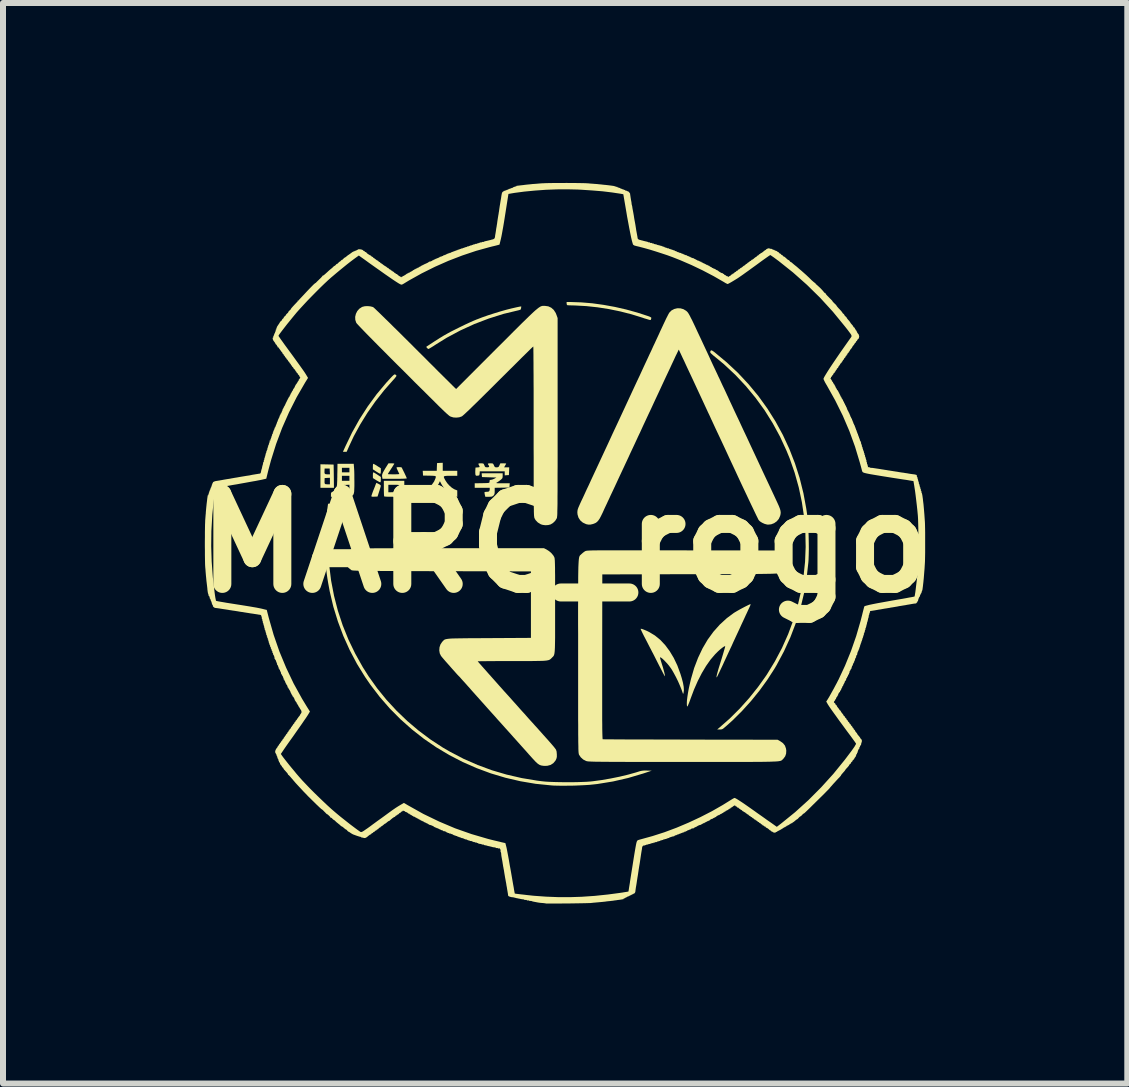
<source format=kicad_pcb>
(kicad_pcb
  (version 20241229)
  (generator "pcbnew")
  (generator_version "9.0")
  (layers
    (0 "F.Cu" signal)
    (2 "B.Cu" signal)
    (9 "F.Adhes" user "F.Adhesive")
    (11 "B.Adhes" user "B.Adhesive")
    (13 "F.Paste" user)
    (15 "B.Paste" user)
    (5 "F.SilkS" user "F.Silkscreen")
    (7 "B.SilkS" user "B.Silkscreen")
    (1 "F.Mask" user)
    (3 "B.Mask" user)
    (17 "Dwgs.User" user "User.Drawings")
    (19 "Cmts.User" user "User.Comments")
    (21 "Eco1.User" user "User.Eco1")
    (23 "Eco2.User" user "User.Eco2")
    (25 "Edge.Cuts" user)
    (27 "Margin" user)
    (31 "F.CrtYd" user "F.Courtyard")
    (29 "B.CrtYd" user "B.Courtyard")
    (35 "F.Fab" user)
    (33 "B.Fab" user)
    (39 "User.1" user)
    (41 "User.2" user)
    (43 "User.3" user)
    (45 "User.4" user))
  (footprint "MARC_rogo"
    (layer "F.Cu")
    (at 6.371 6.006)
    (property "Reference" "MARC_rogo" (at 0 0 0) (layer "F.SilkS") (effects (font (size 1.5 1.5) (thickness 0.3))))
    (attr board_only exclude_from_pos_files exclude_from_bom)
    (fp_poly (pts (xy -4.787 -3.268) (xy -4.791 -3.263) (xy -4.795 -3.268) (xy -4.791 -3.272)) (stroke (width 0) (type solid)) (fill yes) (layer "F.SilkS"))
    (fp_poly (pts (xy -4.454 -4.042) (xy -4.458 -4.038) (xy -4.462 -4.042) (xy -4.458 -4.046)) (stroke (width 0) (type solid)) (fill yes) (layer "F.SilkS"))
    (fp_poly (pts (xy -3.186 -1.178) (xy -3.166 -1.166) (xy -3.14 -1.15) (xy -3.13 -1.143) (xy -3.072 -1.105) (xy -3.072 -1.06) (xy -3.074 -1.031) (xy -3.079 -1.017) (xy -3.082 -1.016) (xy -3.094 -1.02) (xy -3.115 -1.031) (xy -3.142 -1.047) (xy -3.149 -1.051) (xy -3.204 -1.086) (xy -3.205 -1.134) (xy -3.204 -1.161) (xy -3.2 -1.178) (xy -3.197 -1.182)) (stroke (width 0) (type solid)) (fill yes) (layer "F.SilkS"))
    (fp_poly (pts (xy -3.185 -1.319) (xy -3.165 -1.308) (xy -3.138 -1.292) (xy -3.13 -1.286) (xy -3.072 -1.249) (xy -3.072 -1.203) (xy -3.074 -1.174) (xy -3.078 -1.159) (xy -3.082 -1.158) (xy -3.094 -1.162) (xy -3.115 -1.174) (xy -3.142 -1.191) (xy -3.149 -1.195) (xy -3.205 -1.232) (xy -3.205 -1.278) (xy -3.204 -1.305) (xy -3.2 -1.321) (xy -3.196 -1.324)) (stroke (width 0) (type solid)) (fill yes) (layer "F.SilkS"))
    (fp_poly (pts (xy -3.11 -0.989) (xy -3.087 -0.976) (xy -3.074 -0.963) (xy -3.072 -0.958) (xy -3.075 -0.945) (xy -3.082 -0.92) (xy -3.092 -0.887) (xy -3.1 -0.862) (xy -3.127 -0.778) (xy -3.179 -0.776) (xy -3.208 -0.775) (xy -3.225 -0.778) (xy -3.23 -0.784) (xy -3.23 -0.785) (xy -3.227 -0.797) (xy -3.219 -0.82) (xy -3.208 -0.852) (xy -3.196 -0.883) (xy -3.181 -0.92) (xy -3.168 -0.953) (xy -3.159 -0.978) (xy -3.154 -0.989) (xy -3.147 -1.007)) (stroke (width 0) (type solid)) (fill yes) (layer "F.SilkS"))
    (fp_poly (pts (xy -2.832 -2.813) (xy -2.83 -2.812) (xy -2.816 -2.8) (xy -2.811 -2.793) (xy -2.815 -2.783) (xy -2.828 -2.765) (xy -2.848 -2.74) (xy -2.865 -2.722) (xy -3.019 -2.547) (xy -3.163 -2.364) (xy -3.296 -2.174) (xy -3.416 -1.98) (xy -3.523 -1.784) (xy -3.597 -1.626) (xy -3.642 -1.524) (xy -3.673 -1.524) (xy -3.704 -1.524) (xy -3.662 -1.617) (xy -3.552 -1.845) (xy -3.428 -2.067) (xy -3.291 -2.28) (xy -3.142 -2.484) (xy -2.982 -2.675) (xy -2.914 -2.749) (xy -2.885 -2.78) (xy -2.864 -2.8) (xy -2.85 -2.811) (xy -2.84 -2.815)) (stroke (width 0) (type solid)) (fill yes) (layer "F.SilkS"))
    (fp_poly (pts (xy -2.681 -0.907) (xy -2.681 -0.774) (xy -2.846 -0.774) (xy -2.897 -0.775) (xy -2.942 -0.775) (xy -2.978 -0.776) (xy -3.004 -0.778) (xy -3.016 -0.78) (xy -3.016 -0.78) (xy -3.018 -0.79) (xy -3.02 -0.813) (xy -3.021 -0.847) (xy -3.022 -0.889) (xy -3.022 -0.911) (xy -2.947 -0.911) (xy -2.947 -0.849) (xy -2.854 -0.851) (xy -2.762 -0.853) (xy -2.762 -0.899) (xy -2.762 -0.928) (xy -2.763 -0.951) (xy -2.763 -0.959) (xy -2.765 -0.966) (xy -2.772 -0.97) (xy -2.787 -0.973) (xy -2.813 -0.974) (xy -2.853 -0.974) (xy -2.856 -0.974) (xy -2.947 -0.974) (xy -2.947 -0.911) (xy -3.022 -0.911) (xy -3.022 -0.913) (xy -3.022 -1.041) (xy -2.851 -1.041) (xy -2.681 -1.041)) (stroke (width 0) (type solid)) (fill yes) (layer "F.SilkS"))
    (fp_poly (pts (xy -3.969 -1.314) (xy -3.859 -1.311) (xy -3.856 -1.118) (xy -3.854 -0.924) (xy -3.967 -0.924) (xy -4.079 -0.924) (xy -4.079 -1.013) (xy -4.011 -1.013) (xy -4.007 -0.994) (xy -3.997 -0.985) (xy -3.978 -0.983) (xy -3.963 -0.982) (xy -3.921 -0.982) (xy -3.921 -1.037) (xy -3.921 -1.091) (xy -3.965 -1.089) (xy -4.009 -1.086) (xy -4.01 -1.045) (xy -4.011 -1.013) (xy -4.079 -1.013) (xy -4.079 -1.12) (xy -4.079 -1.177) (xy -4.012 -1.177) (xy -4.007 -1.16) (xy -3.994 -1.151) (xy -3.97 -1.149) (xy -3.963 -1.149) (xy -3.92 -1.149) (xy -3.923 -1.197) (xy -3.925 -1.245) (xy -3.967 -1.245) (xy -4.009 -1.245) (xy -4.011 -1.208) (xy -4.012 -1.177) (xy -4.079 -1.177) (xy -4.079 -1.316)) (stroke (width 0) (type solid)) (fill yes) (layer "F.SilkS"))
    (fp_poly (pts (xy 0.102 -4.021) (xy 0.273 -4.015) (xy 0.452 -4) (xy 0.639 -3.974) (xy 0.827 -3.94) (xy 1.016 -3.897) (xy 1.2 -3.846) (xy 1.297 -3.815) (xy 1.348 -3.798) (xy 1.385 -3.786) (xy 1.411 -3.776) (xy 1.426 -3.768) (xy 1.435 -3.762) (xy 1.437 -3.756) (xy 1.436 -3.749) (xy 1.436 -3.747) (xy 1.43 -3.729) (xy 1.425 -3.721) (xy 1.416 -3.721) (xy 1.393 -3.727) (xy 1.361 -3.737) (xy 1.32 -3.749) (xy 1.286 -3.761) (xy 1.108 -3.816) (xy 0.921 -3.864) (xy 0.731 -3.903) (xy 0.54 -3.933) (xy 0.353 -3.953) (xy 0.174 -3.963) (xy 0.146 -3.964) (xy 0.106 -3.965) (xy 0.072 -3.966) (xy 0.047 -3.967) (xy 0.035 -3.969) (xy 0.028 -3.979) (xy 0.025 -3.997) (xy 0.025 -4.021)) (stroke (width 0) (type solid)) (fill yes) (layer "F.SilkS"))
    (fp_poly (pts (xy -0.734 -3.92) (xy -0.738 -3.902) (xy -0.747 -3.892) (xy -0.767 -3.886) (xy -0.77 -3.885) (xy -1.024 -3.824) (xy -1.272 -3.746) (xy -1.513 -3.654) (xy -1.747 -3.547) (xy -1.973 -3.426) (xy -2.157 -3.312) (xy -2.195 -3.287) (xy -2.229 -3.266) (xy -2.256 -3.25) (xy -2.274 -3.24) (xy -2.278 -3.238) (xy -2.29 -3.244) (xy -2.302 -3.255) (xy -2.312 -3.268) (xy -2.314 -3.275) (xy -2.303 -3.283) (xy -2.281 -3.297) (xy -2.251 -3.317) (xy -2.214 -3.341) (xy -2.173 -3.368) (xy -2.131 -3.394) (xy -2.091 -3.42) (xy -2.054 -3.442) (xy -2.027 -3.459) (xy -1.974 -3.489) (xy -1.909 -3.525) (xy -1.835 -3.562) (xy -1.757 -3.601) (xy -1.679 -3.639) (xy -1.602 -3.675) (xy -1.533 -3.706) (xy -1.473 -3.731) (xy -1.469 -3.732) (xy -1.381 -3.766) (xy -1.284 -3.8) (xy -1.184 -3.832) (xy -1.083 -3.863) (xy -0.985 -3.891) (xy -0.894 -3.914) (xy -0.811 -3.933) (xy -0.763 -3.943) (xy -0.731 -3.948)) (stroke (width 0) (type solid)) (fill yes) (layer "F.SilkS"))
    (fp_poly (pts (xy -2.87 -1.331) (xy -2.852 -1.329) (xy -2.847 -1.327) (xy -2.851 -1.319) (xy -2.863 -1.3) (xy -2.88 -1.272) (xy -2.901 -1.24) (xy -2.922 -1.207) (xy -2.94 -1.18) (xy -2.951 -1.161) (xy -2.955 -1.153) (xy -2.948 -1.151) (xy -2.927 -1.15) (xy -2.895 -1.149) (xy -2.86 -1.149) (xy -2.822 -1.149) (xy -2.791 -1.15) (xy -2.771 -1.152) (xy -2.764 -1.153) (xy -2.767 -1.162) (xy -2.777 -1.182) (xy -2.789 -1.208) (xy -2.801 -1.234) (xy -2.809 -1.254) (xy -2.81 -1.264) (xy -2.801 -1.267) (xy -2.781 -1.268) (xy -2.758 -1.268) (xy -2.738 -1.267) (xy -2.727 -1.264) (xy -2.726 -1.264) (xy -2.72 -1.254) (xy -2.71 -1.233) (xy -2.696 -1.205) (xy -2.68 -1.173) (xy -2.665 -1.141) (xy -2.652 -1.113) (xy -2.643 -1.092) (xy -2.639 -1.082) (xy -2.639 -1.082) (xy -2.647 -1.079) (xy -2.672 -1.077) (xy -2.712 -1.075) (xy -2.768 -1.074) (xy -2.838 -1.074) (xy -2.842 -1.074) (xy -3.045 -1.074) (xy -3.05 -1.107) (xy -3.052 -1.123) (xy -3.051 -1.139) (xy -3.046 -1.157) (xy -3.037 -1.179) (xy -3.021 -1.208) (xy -2.999 -1.246) (xy -2.97 -1.292) (xy -2.945 -1.332) (xy -2.896 -1.332)) (stroke (width 0) (type solid)) (fill yes) (layer "F.SilkS"))
    (fp_poly (pts (xy -1.041 -1.124) (xy -1.042 -1.1) (xy -1.047 -1.083) (xy -1.061 -1.068) (xy -1.076 -1.055) (xy -1.101 -1.036) (xy -1.126 -1.019) (xy -1.136 -1.013) (xy -1.145 -1.008) (xy -1.148 -1.004) (xy -1.143 -1.002) (xy -1.127 -1) (xy -1.099 -1) (xy -1.057 -0.999) (xy -1.042 -0.999) (xy -0.923 -0.999) (xy -0.926 -0.964) (xy -0.928 -0.928) (xy -1.051 -0.926) (xy -1.174 -0.924) (xy -1.174 -0.869) (xy -1.175 -0.838) (xy -1.179 -0.818) (xy -1.187 -0.803) (xy -1.194 -0.795) (xy -1.208 -0.784) (xy -1.223 -0.777) (xy -1.246 -0.775) (xy -1.272 -0.774) (xy -1.33 -0.774) (xy -1.339 -0.809) (xy -1.343 -0.832) (xy -1.344 -0.848) (xy -1.344 -0.851) (xy -1.333 -0.855) (xy -1.313 -0.857) (xy -1.303 -0.857) (xy -1.277 -0.86) (xy -1.263 -0.871) (xy -1.257 -0.892) (xy -1.257 -0.904) (xy -1.257 -0.924) (xy -1.382 -0.924) (xy -1.507 -0.924) (xy -1.507 -0.961) (xy -1.507 -0.999) (xy -1.384 -1.001) (xy -1.337 -1.002) (xy -1.303 -1.003) (xy -1.281 -1.005) (xy -1.269 -1.007) (xy -1.263 -1.012) (xy -1.261 -1.018) (xy -1.26 -1.022) (xy -1.259 -1.041) (xy -1.258 -1.049) (xy -1.25 -1.055) (xy -1.236 -1.057) (xy -1.216 -1.061) (xy -1.19 -1.071) (xy -1.18 -1.076) (xy -1.145 -1.095) (xy -1.265 -1.099) (xy -1.386 -1.103) (xy -1.389 -1.134) (xy -1.391 -1.166) (xy -1.216 -1.166) (xy -1.041 -1.166)) (stroke (width 0) (type solid)) (fill yes) (layer "F.SilkS"))
    (fp_poly (pts (xy 1.293 1.433) (xy 1.326 1.446) (xy 1.366 1.463) (xy 1.404 1.482) (xy 1.498 1.539) (xy 1.586 1.611) (xy 1.668 1.698) (xy 1.743 1.799) (xy 1.811 1.912) (xy 1.871 2.038) (xy 1.922 2.177) (xy 1.944 2.248) (xy 1.965 2.328) (xy 1.977 2.395) (xy 1.98 2.45) (xy 1.975 2.489) (xy 1.97 2.508) (xy 1.966 2.511) (xy 1.962 2.502) (xy 1.961 2.498) (xy 1.94 2.438) (xy 1.913 2.372) (xy 1.882 2.301) (xy 1.848 2.232) (xy 1.813 2.167) (xy 1.781 2.111) (xy 1.758 2.077) (xy 1.732 2.042) (xy 1.703 2.007) (xy 1.673 1.975) (xy 1.645 1.946) (xy 1.62 1.923) (xy 1.6 1.908) (xy 1.586 1.902) (xy 1.582 1.906) (xy 1.584 1.918) (xy 1.591 1.942) (xy 1.601 1.975) (xy 1.613 2.014) (xy 1.614 2.018) (xy 1.63 2.068) (xy 1.643 2.115) (xy 1.654 2.156) (xy 1.661 2.189) (xy 1.664 2.211) (xy 1.664 2.219) (xy 1.659 2.213) (xy 1.648 2.194) (xy 1.632 2.164) (xy 1.612 2.125) (xy 1.589 2.08) (xy 1.575 2.054) (xy 1.545 1.995) (xy 1.512 1.93) (xy 1.48 1.866) (xy 1.449 1.807) (xy 1.424 1.758) (xy 1.423 1.757) (xy 1.381 1.675) (xy 1.346 1.607) (xy 1.317 1.552) (xy 1.295 1.508) (xy 1.279 1.475) (xy 1.268 1.451) (xy 1.261 1.436) (xy 1.259 1.429) (xy 1.259 1.427) (xy 1.27 1.427)) (stroke (width 0) (type solid)) (fill yes) (layer "F.SilkS"))
    (fp_poly (pts (xy -1.005 -1.331) (xy -0.987 -1.33) (xy -0.982 -1.328) (xy -0.986 -1.32) (xy -0.996 -1.302) (xy -1 -1.295) (xy -1.017 -1.265) (xy -0.975 -1.265) (xy -0.932 -1.265) (xy -0.934 -1.201) (xy -0.937 -1.136) (xy -0.972 -1.134) (xy -1.007 -1.131) (xy -1.007 -1.165) (xy -1.007 -1.199) (xy -1.215 -1.199) (xy -1.423 -1.199) (xy -1.425 -1.164) (xy -1.428 -1.142) (xy -1.434 -1.131) (xy -1.449 -1.127) (xy -1.459 -1.126) (xy -1.48 -1.125) (xy -1.49 -1.131) (xy -1.495 -1.142) (xy -1.497 -1.161) (xy -1.498 -1.19) (xy -1.497 -1.212) (xy -1.494 -1.261) (xy -1.459 -1.264) (xy -1.435 -1.266) (xy -1.426 -1.272) (xy -1.428 -1.285) (xy -1.436 -1.299) (xy -1.445 -1.317) (xy -1.445 -1.327) (xy -1.433 -1.331) (xy -1.407 -1.332) (xy -1.404 -1.332) (xy -1.378 -1.331) (xy -1.363 -1.328) (xy -1.355 -1.318) (xy -1.346 -1.299) (xy -1.337 -1.278) (xy -1.326 -1.268) (xy -1.308 -1.266) (xy -1.299 -1.265) (xy -1.275 -1.268) (xy -1.266 -1.277) (xy -1.271 -1.294) (xy -1.278 -1.303) (xy -1.287 -1.319) (xy -1.287 -1.327) (xy -1.273 -1.331) (xy -1.246 -1.332) (xy -1.219 -1.331) (xy -1.205 -1.328) (xy -1.196 -1.318) (xy -1.187 -1.299) (xy -1.177 -1.278) (xy -1.167 -1.268) (xy -1.149 -1.265) (xy -1.142 -1.265) (xy -1.121 -1.267) (xy -1.108 -1.274) (xy -1.098 -1.292) (xy -1.095 -1.299) (xy -1.08 -1.332) (xy -1.031 -1.332)) (stroke (width 0) (type solid)) (fill yes) (layer "F.SilkS"))
    (fp_poly (pts (xy -2.04 -1.274) (xy -2.04 -1.207) (xy -1.919 -1.207) (xy -1.798 -1.207) (xy -1.798 -1.166) (xy -1.798 -1.124) (xy -1.911 -1.124) (xy -1.959 -1.124) (xy -1.993 -1.122) (xy -2.013 -1.118) (xy -2.022 -1.109) (xy -2.02 -1.095) (xy -2.01 -1.073) (xy -1.994 -1.044) (xy -1.965 -1.001) (xy -1.928 -0.96) (xy -1.888 -0.925) (xy -1.848 -0.9) (xy -1.836 -0.895) (xy -1.798 -0.88) (xy -1.798 -0.826) (xy -1.798 -0.772) (xy -1.821 -0.778) (xy -1.866 -0.795) (xy -1.914 -0.825) (xy -1.962 -0.863) (xy -2.006 -0.907) (xy -2.043 -0.954) (xy -2.062 -0.985) (xy -2.087 -1.034) (xy -2.111 -0.985) (xy -2.143 -0.934) (xy -2.186 -0.884) (xy -2.234 -0.84) (xy -2.266 -0.818) (xy -2.301 -0.799) (xy -2.331 -0.786) (xy -2.355 -0.779) (xy -2.368 -0.78) (xy -2.368 -0.781) (xy -2.371 -0.792) (xy -2.372 -0.813) (xy -2.372 -0.838) (xy -2.37 -0.859) (xy -2.366 -0.87) (xy -2.356 -0.878) (xy -2.335 -0.89) (xy -2.323 -0.896) (xy -2.268 -0.93) (xy -2.221 -0.976) (xy -2.184 -1.029) (xy -2.182 -1.034) (xy -2.169 -1.063) (xy -2.159 -1.088) (xy -2.156 -1.104) (xy -2.157 -1.112) (xy -2.16 -1.118) (xy -2.169 -1.121) (xy -2.187 -1.123) (xy -2.215 -1.125) (xy -2.257 -1.126) (xy -2.262 -1.126) (xy -2.369 -1.128) (xy -2.371 -1.168) (xy -2.374 -1.207) (xy -2.257 -1.207) (xy -2.14 -1.207) (xy -2.138 -1.272) (xy -2.135 -1.336) (xy -2.088 -1.339) (xy -2.04 -1.341)) (stroke (width 0) (type solid)) (fill yes) (layer "F.SilkS"))
    (fp_poly (pts (xy -3.519 -1.26) (xy -3.517 -1.232) (xy -3.515 -1.19) (xy -3.514 -1.14) (xy -3.514 -1.085) (xy -3.513 -1.027) (xy -3.513 -1.022) (xy -3.513 -0.954) (xy -3.515 -0.899) (xy -3.517 -0.858) (xy -3.523 -0.828) (xy -3.532 -0.807) (xy -3.544 -0.794) (xy -3.562 -0.786) (xy -3.585 -0.781) (xy -3.615 -0.779) (xy -3.616 -0.778) (xy -3.642 -0.777) (xy -3.656 -0.779) (xy -3.663 -0.786) (xy -3.666 -0.801) (xy -3.666 -0.801) (xy -3.671 -0.828) (xy -3.669 -0.842) (xy -3.658 -0.848) (xy -3.635 -0.849) (xy -3.634 -0.849) (xy -3.596 -0.849) (xy -3.596 -0.912) (xy -3.596 -0.975) (xy -3.661 -0.972) (xy -3.725 -0.97) (xy -3.731 -0.93) (xy -3.745 -0.877) (xy -3.771 -0.833) (xy -3.807 -0.8) (xy -3.851 -0.781) (xy -3.87 -0.777) (xy -3.904 -0.772) (xy -3.904 -0.809) (xy -3.903 -0.833) (xy -3.897 -0.846) (xy -3.882 -0.856) (xy -3.872 -0.86) (xy -3.846 -0.876) (xy -3.827 -0.901) (xy -3.82 -0.914) (xy -3.813 -0.928) (xy -3.809 -0.942) (xy -3.805 -0.958) (xy -3.802 -0.98) (xy -3.801 -1.009) (xy -3.799 -1.049) (xy -3.799 -1.082) (xy -3.721 -1.082) (xy -3.721 -1.041) (xy -3.659 -1.041) (xy -3.596 -1.041) (xy -3.596 -1.082) (xy -3.596 -1.124) (xy -3.659 -1.124) (xy -3.721 -1.124) (xy -3.721 -1.082) (xy -3.799 -1.082) (xy -3.798 -1.101) (xy -3.798 -1.138) (xy -3.796 -1.22) (xy -3.721 -1.22) (xy -3.721 -1.182) (xy -3.659 -1.182) (xy -3.596 -1.182) (xy -3.596 -1.22) (xy -3.596 -1.257) (xy -3.659 -1.257) (xy -3.721 -1.257) (xy -3.721 -1.22) (xy -3.796 -1.22) (xy -3.795 -1.324) (xy -3.659 -1.324) (xy -3.524 -1.324)) (stroke (width 0) (type solid)) (fill yes) (layer "F.SilkS"))
    (fp_poly (pts (xy 2.45 -3.212) (xy 2.472 -3.198) (xy 2.491 -3.184) (xy 2.693 -3.016) (xy 2.883 -2.838) (xy 3.059 -2.65) (xy 3.223 -2.452) (xy 3.372 -2.245) (xy 3.508 -2.029) (xy 3.63 -1.805) (xy 3.738 -1.572) (xy 3.831 -1.333) (xy 3.91 -1.086) (xy 3.973 -0.833) (xy 4.021 -0.573) (xy 4.034 -0.483) (xy 4.043 -0.405) (xy 4.05 -0.314) (xy 4.056 -0.214) (xy 4.06 -0.109) (xy 4.062 -0.003) (xy 4.063 0.1) (xy 4.061 0.196) (xy 4.058 0.282) (xy 4.055 0.321) (xy 4.026 0.582) (xy 3.982 0.838) (xy 3.922 1.087) (xy 3.846 1.331) (xy 3.755 1.569) (xy 3.648 1.803) (xy 3.525 2.033) (xy 3.489 2.094) (xy 3.372 2.275) (xy 3.242 2.455) (xy 3.1 2.63) (xy 2.949 2.797) (xy 2.792 2.953) (xy 2.694 3.041) (xy 2.662 3.068) (xy 2.64 3.087) (xy 2.623 3.098) (xy 2.608 3.103) (xy 2.592 3.105) (xy 2.578 3.105) (xy 2.535 3.105) (xy 2.572 3.074) (xy 2.744 2.923) (xy 2.91 2.758) (xy 3.068 2.582) (xy 3.215 2.398) (xy 3.35 2.209) (xy 3.366 2.185) (xy 3.498 1.968) (xy 3.616 1.745) (xy 3.718 1.516) (xy 3.805 1.282) (xy 3.877 1.043) (xy 3.933 0.801) (xy 3.974 0.557) (xy 4 0.31) (xy 4.01 0.062) (xy 4.005 -0.187) (xy 3.984 -0.436) (xy 3.947 -0.684) (xy 3.895 -0.93) (xy 3.827 -1.174) (xy 3.743 -1.415) (xy 3.69 -1.544) (xy 3.582 -1.778) (xy 3.46 -2.002) (xy 3.324 -2.219) (xy 3.174 -2.425) (xy 3.011 -2.622) (xy 2.836 -2.808) (xy 2.649 -2.983) (xy 2.505 -3.102) (xy 2.468 -3.132) (xy 2.443 -3.154) (xy 2.427 -3.17) (xy 2.42 -3.181) (xy 2.419 -3.19) (xy 2.419 -3.192) (xy 2.426 -3.209) (xy 2.436 -3.216)) (stroke (width 0) (type solid)) (fill yes) (layer "F.SilkS"))
    (fp_poly (pts (xy 3.092 1.016) (xy 3.091 1.025) (xy 3.084 1.044) (xy 3.08 1.053) (xy 3.07 1.075) (xy 3.055 1.107) (xy 3.038 1.144) (xy 3.026 1.17) (xy 3.011 1.201) (xy 2.992 1.243) (xy 2.968 1.295) (xy 2.941 1.352) (xy 2.914 1.412) (xy 2.893 1.457) (xy 2.857 1.534) (xy 2.827 1.599) (xy 2.801 1.655) (xy 2.779 1.705) (xy 2.757 1.751) (xy 2.736 1.796) (xy 2.714 1.843) (xy 2.709 1.854) (xy 2.693 1.889) (xy 2.673 1.932) (xy 2.651 1.979) (xy 2.635 2.015) (xy 2.614 2.06) (xy 2.591 2.108) (xy 2.57 2.153) (xy 2.556 2.181) (xy 2.541 2.213) (xy 2.531 2.231) (xy 2.526 2.237) (xy 2.524 2.232) (xy 2.525 2.219) (xy 2.529 2.197) (xy 2.537 2.165) (xy 2.548 2.126) (xy 2.558 2.09) (xy 2.587 1.997) (xy 2.611 1.92) (xy 2.63 1.857) (xy 2.645 1.806) (xy 2.656 1.768) (xy 2.664 1.741) (xy 2.668 1.724) (xy 2.668 1.717) (xy 2.668 1.716) (xy 2.658 1.718) (xy 2.639 1.729) (xy 2.613 1.748) (xy 2.582 1.773) (xy 2.549 1.803) (xy 2.517 1.835) (xy 2.5 1.852) (xy 2.424 1.941) (xy 2.35 2.046) (xy 2.279 2.165) (xy 2.212 2.296) (xy 2.149 2.439) (xy 2.092 2.591) (xy 2.09 2.597) (xy 2.071 2.649) (xy 2.055 2.688) (xy 2.044 2.713) (xy 2.037 2.723) (xy 2.035 2.722) (xy 2.03 2.702) (xy 2.029 2.667) (xy 2.031 2.621) (xy 2.038 2.564) (xy 2.048 2.498) (xy 2.061 2.426) (xy 2.078 2.349) (xy 2.097 2.269) (xy 2.098 2.264) (xy 2.151 2.081) (xy 2.216 1.911) (xy 2.291 1.753) (xy 2.376 1.608) (xy 2.472 1.476) (xy 2.579 1.356) (xy 2.696 1.249) (xy 2.813 1.162) (xy 2.841 1.145) (xy 2.875 1.125) (xy 2.914 1.103) (xy 2.955 1.081) (xy 2.995 1.06) (xy 3.031 1.042) (xy 3.061 1.027) (xy 3.082 1.018) (xy 3.092 1.016)) (stroke (width 0) (type solid)) (fill yes) (layer "F.SilkS"))
    (fp_poly (pts (xy -3.904 -0.657) (xy -3.897 -0.65) (xy -3.899 -0.634) (xy -3.899 -0.631) (xy -3.914 -0.535) (xy -3.926 -0.427) (xy -3.935 -0.309) (xy -3.942 -0.185) (xy -3.946 -0.059) (xy -3.947 0.067) (xy -3.944 0.188) (xy -3.939 0.301) (xy -3.933 0.367) (xy -3.901 0.624) (xy -3.852 0.878) (xy -3.788 1.126) (xy -3.708 1.369) (xy -3.612 1.607) (xy -3.5 1.839) (xy -3.373 2.066) (xy -3.276 2.219) (xy -3.134 2.418) (xy -2.979 2.609) (xy -2.81 2.792) (xy -2.631 2.964) (xy -2.441 3.125) (xy -2.243 3.273) (xy -2.038 3.407) (xy -1.919 3.476) (xy -1.691 3.595) (xy -1.458 3.697) (xy -1.22 3.785) (xy -0.975 3.857) (xy -0.724 3.915) (xy -0.465 3.958) (xy -0.387 3.968) (xy -0.329 3.974) (xy -0.258 3.978) (xy -0.176 3.981) (xy -0.087 3.983) (xy 0.006 3.984) (xy 0.1 3.984) (xy 0.192 3.983) (xy 0.279 3.98) (xy 0.358 3.977) (xy 0.425 3.972) (xy 0.462 3.968) (xy 0.61 3.948) (xy 0.76 3.922) (xy 0.908 3.892) (xy 1.049 3.858) (xy 1.178 3.822) (xy 1.207 3.813) (xy 1.248 3.8) (xy 1.281 3.793) (xy 1.312 3.79) (xy 1.349 3.789) (xy 1.365 3.79) (xy 1.444 3.792) (xy 1.299 3.84) (xy 1.05 3.914) (xy 0.797 3.972) (xy 0.538 4.014) (xy 0.475 4.021) (xy 0.408 4.028) (xy 0.33 4.033) (xy 0.242 4.037) (xy 0.15 4.041) (xy 0.056 4.042) (xy -0.035 4.043) (xy -0.119 4.042) (xy -0.193 4.04) (xy -0.233 4.037) (xy -0.491 4.011) (xy -0.745 3.968) (xy -0.994 3.91) (xy -1.238 3.837) (xy -1.476 3.749) (xy -1.708 3.647) (xy -1.932 3.531) (xy -2.148 3.402) (xy -2.356 3.259) (xy -2.555 3.103) (xy -2.744 2.935) (xy -2.923 2.755) (xy -3.09 2.563) (xy -3.246 2.359) (xy -3.334 2.231) (xy -3.47 2.011) (xy -3.591 1.782) (xy -3.697 1.547) (xy -3.788 1.305) (xy -3.864 1.058) (xy -3.924 0.805) (xy -3.95 0.664) (xy -3.964 0.579) (xy -3.975 0.502) (xy -3.984 0.429) (xy -3.99 0.357) (xy -3.995 0.282) (xy -3.998 0.201) (xy -3.999 0.11) (xy -4 0.012) (xy -4 -0.074) (xy -3.999 -0.148) (xy -3.998 -0.212) (xy -3.995 -0.27) (xy -3.991 -0.326) (xy -3.986 -0.382) (xy -3.98 -0.443) (xy -3.971 -0.512) (xy -3.966 -0.556) (xy -3.952 -0.658) (xy -3.923 -0.658)) (stroke (width 0) (type solid)) (fill yes) (layer "F.SilkS"))
    (fp_poly (pts (xy -0.348 -3.957) (xy -0.337 -3.957) (xy -0.28 -3.949) (xy -0.231 -3.926) (xy -0.19 -3.89) (xy -0.157 -3.839) (xy -0.145 -3.809) (xy -0.125 -3.754) (xy -0.125 -2.1) (xy -0.125 -1.904) (xy -0.125 -1.725) (xy -0.125 -1.561) (xy -0.125 -1.411) (xy -0.125 -1.276) (xy -0.126 -1.153) (xy -0.126 -1.043) (xy -0.126 -0.945) (xy -0.126 -0.858) (xy -0.127 -0.781) (xy -0.127 -0.714) (xy -0.127 -0.656) (xy -0.128 -0.607) (xy -0.129 -0.565) (xy -0.13 -0.53) (xy -0.13 -0.501) (xy -0.131 -0.477) (xy -0.132 -0.459) (xy -0.134 -0.444) (xy -0.135 -0.433) (xy -0.136 -0.425) (xy -0.138 -0.419) (xy -0.14 -0.414) (xy -0.141 -0.412) (xy -0.167 -0.371) (xy -0.204 -0.336) (xy -0.243 -0.313) (xy -0.282 -0.303) (xy -0.329 -0.3) (xy -0.374 -0.306) (xy -0.404 -0.315) (xy -0.455 -0.346) (xy -0.493 -0.386) (xy -0.507 -0.411) (xy -0.509 -0.415) (xy -0.511 -0.42) (xy -0.513 -0.426) (xy -0.515 -0.434) (xy -0.516 -0.445) (xy -0.518 -0.459) (xy -0.519 -0.477) (xy -0.52 -0.5) (xy -0.521 -0.529) (xy -0.521 -0.564) (xy -0.522 -0.606) (xy -0.523 -0.656) (xy -0.523 -0.715) (xy -0.523 -0.783) (xy -0.524 -0.861) (xy -0.524 -0.95) (xy -0.524 -1.051) (xy -0.524 -1.165) (xy -0.524 -1.291) (xy -0.524 -1.432) (xy -0.525 -1.587) (xy -0.525 -1.758) (xy -0.525 -1.863) (xy -0.525 -2.015) (xy -0.525 -2.163) (xy -0.525 -2.305) (xy -0.525 -2.441) (xy -0.525 -2.57) (xy -0.526 -2.691) (xy -0.526 -2.803) (xy -0.527 -2.906) (xy -0.527 -2.998) (xy -0.528 -3.078) (xy -0.528 -3.146) (xy -0.529 -3.202) (xy -0.529 -3.243) (xy -0.53 -3.269) (xy -0.531 -3.28) (xy -0.531 -3.28) (xy -0.537 -3.274) (xy -0.555 -3.258) (xy -0.583 -3.231) (xy -0.62 -3.194) (xy -0.665 -3.15) (xy -0.719 -3.097) (xy -0.779 -3.037) (xy -0.845 -2.971) (xy -0.917 -2.9) (xy -0.993 -2.824) (xy -1.073 -2.745) (xy -1.111 -2.707) (xy -1.219 -2.599) (xy -1.316 -2.503) (xy -1.402 -2.418) (xy -1.477 -2.344) (xy -1.542 -2.281) (xy -1.596 -2.228) (xy -1.641 -2.186) (xy -1.675 -2.154) (xy -1.701 -2.131) (xy -1.718 -2.117) (xy -1.723 -2.114) (xy -1.766 -2.099) (xy -1.815 -2.094) (xy -1.863 -2.097) (xy -1.906 -2.11) (xy -1.911 -2.112) (xy -1.918 -2.116) (xy -1.925 -2.12) (xy -1.933 -2.126) (xy -1.943 -2.134) (xy -1.955 -2.145) (xy -1.971 -2.158) (xy -1.99 -2.176) (xy -2.013 -2.197) (xy -2.041 -2.224) (xy -2.074 -2.256) (xy -2.113 -2.294) (xy -2.158 -2.339) (xy -2.211 -2.392) (xy -2.272 -2.452) (xy -2.34 -2.52) (xy -2.418 -2.597) (xy -2.506 -2.684) (xy -2.603 -2.782) (xy -2.711 -2.89) (xy -2.798 -2.976) (xy -2.906 -3.084) (xy -3.005 -3.184) (xy -3.097 -3.276) (xy -3.179 -3.359) (xy -3.253 -3.434) (xy -3.317 -3.499) (xy -3.371 -3.555) (xy -3.415 -3.601) (xy -3.448 -3.636) (xy -3.471 -3.661) (xy -3.481 -3.674) (xy -3.482 -3.675) (xy -3.498 -3.724) (xy -3.5 -3.774) (xy -3.488 -3.824) (xy -3.465 -3.87) (xy -3.431 -3.909) (xy -3.388 -3.937) (xy -3.376 -3.942) (xy -3.338 -3.951) (xy -3.293 -3.953) (xy -3.248 -3.949) (xy -3.208 -3.939) (xy -3.198 -3.934) (xy -3.189 -3.927) (xy -3.168 -3.908) (xy -3.138 -3.879) (xy -3.098 -3.841) (xy -3.049 -3.793) (xy -2.993 -3.738) (xy -2.929 -3.676) (xy -2.86 -3.607) (xy -2.784 -3.533) (xy -2.705 -3.454) (xy -2.621 -3.371) (xy -2.534 -3.284) (xy -2.515 -3.265) (xy -2.428 -3.178) (xy -2.343 -3.094) (xy -2.263 -3.013) (xy -2.187 -2.938) (xy -2.117 -2.867) (xy -2.052 -2.803) (xy -1.995 -2.746) (xy -1.945 -2.697) (xy -1.904 -2.656) (xy -1.872 -2.624) (xy -1.85 -2.602) (xy -1.839 -2.592) (xy -1.838 -2.591) (xy -1.817 -2.571) (xy -1.142 -3.247) (xy -1.035 -3.353) (xy -0.94 -3.448) (xy -0.856 -3.533) (xy -0.781 -3.607) (xy -0.715 -3.673) (xy -0.657 -3.729) (xy -0.607 -3.778) (xy -0.564 -3.819) (xy -0.527 -3.854) (xy -0.496 -3.882) (xy -0.469 -3.904) (xy -0.447 -3.922) (xy -0.428 -3.935) (xy -0.412 -3.945) (xy -0.398 -3.951) (xy -0.385 -3.955) (xy -0.373 -3.957) (xy -0.36 -3.957)) (stroke (width 0) (type solid)) (fill yes) (layer "F.SilkS"))
    (fp_poly (pts (xy 1.224 0.118) (xy 1.363 0.118) (xy 1.516 0.118) (xy 1.684 0.118) (xy 1.868 0.118) (xy 1.98 0.119) (xy 3.594 0.121) (xy 3.634 0.146) (xy 3.679 0.181) (xy 3.709 0.222) (xy 3.725 0.271) (xy 3.728 0.295) (xy 3.727 0.347) (xy 3.716 0.39) (xy 3.693 0.428) (xy 3.677 0.447) (xy 3.67 0.455) (xy 3.665 0.463) (xy 3.66 0.469) (xy 3.655 0.475) (xy 3.649 0.481) (xy 3.642 0.486) (xy 3.633 0.49) (xy 3.62 0.494) (xy 3.604 0.497) (xy 3.583 0.5) (xy 3.557 0.503) (xy 3.525 0.505) (xy 3.486 0.507) (xy 3.44 0.509) (xy 3.386 0.51) (xy 3.323 0.511) (xy 3.251 0.512) (xy 3.168 0.513) (xy 3.074 0.513) (xy 2.968 0.514) (xy 2.85 0.514) (xy 2.718 0.515) (xy 2.573 0.515) (xy 2.413 0.515) (xy 2.237 0.516) (xy 2.106 0.516) (xy 0.62 0.52) (xy 0.618 1.892) (xy 0.618 2.075) (xy 0.618 2.243) (xy 0.618 2.395) (xy 0.618 2.532) (xy 0.618 2.655) (xy 0.618 2.765) (xy 0.618 2.861) (xy 0.618 2.946) (xy 0.619 3.019) (xy 0.619 3.082) (xy 0.62 3.134) (xy 0.621 3.176) (xy 0.622 3.21) (xy 0.623 3.235) (xy 0.624 3.253) (xy 0.625 3.263) (xy 0.626 3.268) (xy 0.626 3.268) (xy 0.636 3.268) (xy 0.661 3.269) (xy 0.701 3.269) (xy 0.755 3.269) (xy 0.822 3.27) (xy 0.902 3.27) (xy 0.994 3.271) (xy 1.096 3.271) (xy 1.207 3.272) (xy 1.328 3.272) (xy 1.457 3.272) (xy 1.593 3.273) (xy 1.736 3.273) (xy 1.884 3.273) (xy 2.037 3.274) (xy 2.09 3.274) (xy 3.542 3.276) (xy 3.587 3.301) (xy 3.633 3.334) (xy 3.665 3.374) (xy 3.682 3.423) (xy 3.687 3.456) (xy 3.684 3.508) (xy 3.669 3.552) (xy 3.64 3.591) (xy 3.633 3.598) (xy 3.627 3.604) (xy 3.622 3.609) (xy 3.618 3.614) (xy 3.612 3.618) (xy 3.606 3.622) (xy 3.598 3.626) (xy 3.587 3.629) (xy 3.572 3.632) (xy 3.554 3.635) (xy 3.531 3.637) (xy 3.502 3.639) (xy 3.467 3.64) (xy 3.425 3.642) (xy 3.376 3.643) (xy 3.319 3.644) (xy 3.252 3.645) (xy 3.176 3.645) (xy 3.089 3.646) (xy 2.991 3.646) (xy 2.881 3.646) (xy 2.759 3.646) (xy 2.623 3.646) (xy 2.474 3.646) (xy 2.31 3.646) (xy 2.13 3.646) (xy 1.971 3.646) (xy 1.781 3.646) (xy 1.606 3.646) (xy 1.447 3.646) (xy 1.302 3.646) (xy 1.171 3.646) (xy 1.053 3.646) (xy 0.947 3.645) (xy 0.853 3.645) (xy 0.77 3.645) (xy 0.697 3.644) (xy 0.633 3.644) (xy 0.579 3.643) (xy 0.532 3.643) (xy 0.493 3.642) (xy 0.46 3.641) (xy 0.433 3.64) (xy 0.411 3.639) (xy 0.394 3.638) (xy 0.381 3.637) (xy 0.37 3.635) (xy 0.362 3.634) (xy 0.356 3.632) (xy 0.351 3.631) (xy 0.302 3.606) (xy 0.261 3.569) (xy 0.232 3.526) (xy 0.23 3.521) (xy 0.229 3.516) (xy 0.227 3.509) (xy 0.226 3.499) (xy 0.224 3.486) (xy 0.223 3.47) (xy 0.222 3.449) (xy 0.221 3.422) (xy 0.221 3.39) (xy 0.22 3.351) (xy 0.219 3.304) (xy 0.219 3.25) (xy 0.218 3.187) (xy 0.218 3.114) (xy 0.218 3.031) (xy 0.217 2.937) (xy 0.217 2.832) (xy 0.217 2.714) (xy 0.217 2.583) (xy 0.217 2.439) (xy 0.217 2.28) (xy 0.217 2.106) (xy 0.217 1.916) (xy 0.217 1.883) (xy 0.217 1.688) (xy 0.217 1.51) (xy 0.216 1.346) (xy 0.216 1.197) (xy 0.216 1.062) (xy 0.217 0.94) (xy 0.217 0.83) (xy 0.217 0.732) (xy 0.218 0.645) (xy 0.218 0.569) (xy 0.219 0.502) (xy 0.22 0.444) (xy 0.221 0.395) (xy 0.223 0.353) (xy 0.225 0.317) (xy 0.227 0.288) (xy 0.229 0.265) (xy 0.232 0.246) (xy 0.235 0.231) (xy 0.239 0.22) (xy 0.243 0.211) (xy 0.247 0.205) (xy 0.252 0.199) (xy 0.258 0.194) (xy 0.264 0.189) (xy 0.27 0.183) (xy 0.273 0.18) (xy 0.298 0.158) (xy 0.324 0.139) (xy 0.335 0.132) (xy 0.339 0.131) (xy 0.344 0.129) (xy 0.35 0.127) (xy 0.358 0.126) (xy 0.37 0.124) (xy 0.385 0.123) (xy 0.404 0.122) (xy 0.428 0.121) (xy 0.458 0.12) (xy 0.494 0.12) (xy 0.537 0.119) (xy 0.589 0.119) (xy 0.648 0.118) (xy 0.717 0.118) (xy 0.796 0.118) (xy 0.885 0.118) (xy 0.986 0.118) (xy 1.099 0.118)) (stroke (width 0) (type solid)) (fill yes) (layer "F.SilkS"))
    (fp_poly (pts (xy 1.922 -3.916) (xy 1.972 -3.902) (xy 2.017 -3.875) (xy 2.034 -3.86) (xy 2.043 -3.85) (xy 2.053 -3.836) (xy 2.064 -3.818) (xy 2.078 -3.793) (xy 2.094 -3.761) (xy 2.115 -3.721) (xy 2.139 -3.671) (xy 2.168 -3.61) (xy 2.202 -3.536) (xy 2.243 -3.449) (xy 2.26 -3.413) (xy 2.301 -3.325) (xy 2.343 -3.235) (xy 2.386 -3.143) (xy 2.427 -3.053) (xy 2.467 -2.967) (xy 2.504 -2.889) (xy 2.536 -2.821) (xy 2.562 -2.764) (xy 2.563 -2.764) (xy 2.593 -2.699) (xy 2.623 -2.634) (xy 2.653 -2.572) (xy 2.68 -2.514) (xy 2.702 -2.466) (xy 2.72 -2.428) (xy 2.722 -2.423) (xy 2.736 -2.392) (xy 2.756 -2.349) (xy 2.781 -2.296) (xy 2.81 -2.233) (xy 2.842 -2.165) (xy 2.876 -2.093) (xy 2.911 -2.019) (xy 2.926 -1.986) (xy 2.973 -1.885) (xy 3.026 -1.773) (xy 3.084 -1.648) (xy 3.148 -1.511) (xy 3.218 -1.361) (xy 3.294 -1.198) (xy 3.377 -1.021) (xy 3.467 -0.829) (xy 3.539 -0.674) (xy 3.563 -0.621) (xy 3.58 -0.578) (xy 3.59 -0.544) (xy 3.594 -0.514) (xy 3.592 -0.486) (xy 3.585 -0.457) (xy 3.584 -0.454) (xy 3.562 -0.405) (xy 3.528 -0.365) (xy 3.484 -0.334) (xy 3.434 -0.315) (xy 3.382 -0.31) (xy 3.365 -0.312) (xy 3.324 -0.323) (xy 3.283 -0.342) (xy 3.247 -0.365) (xy 3.226 -0.387) (xy 3.22 -0.398) (xy 3.208 -0.423) (xy 3.189 -0.461) (xy 3.165 -0.511) (xy 3.136 -0.572) (xy 3.102 -0.643) (xy 3.064 -0.723) (xy 3.023 -0.81) (xy 2.978 -0.905) (xy 2.931 -1.005) (xy 2.882 -1.11) (xy 2.841 -1.199) (xy 2.79 -1.308) (xy 2.74 -1.415) (xy 2.693 -1.517) (xy 2.648 -1.614) (xy 2.606 -1.704) (xy 2.567 -1.787) (xy 2.532 -1.861) (xy 2.502 -1.925) (xy 2.477 -1.979) (xy 2.458 -2.02) (xy 2.445 -2.049) (xy 2.439 -2.06) (xy 2.425 -2.091) (xy 2.406 -2.133) (xy 2.382 -2.183) (xy 2.357 -2.237) (xy 2.331 -2.293) (xy 2.325 -2.306) (xy 2.276 -2.412) (xy 2.227 -2.517) (xy 2.18 -2.618) (xy 2.135 -2.715) (xy 2.092 -2.807) (xy 2.052 -2.892) (xy 2.015 -2.971) (xy 1.983 -3.041) (xy 1.954 -3.101) (xy 1.931 -3.151) (xy 1.913 -3.189) (xy 1.901 -3.215) (xy 1.895 -3.227) (xy 1.895 -3.228) (xy 1.891 -3.221) (xy 1.881 -3.2) (xy 1.866 -3.168) (xy 1.845 -3.126) (xy 1.821 -3.074) (xy 1.794 -3.016) (xy 1.764 -2.952) (xy 1.755 -2.932) (xy 1.721 -2.86) (xy 1.682 -2.777) (xy 1.639 -2.685) (xy 1.594 -2.588) (xy 1.548 -2.489) (xy 1.502 -2.391) (xy 1.459 -2.298) (xy 1.436 -2.248) (xy 1.399 -2.17) (xy 1.364 -2.095) (xy 1.331 -2.024) (xy 1.301 -1.96) (xy 1.275 -1.903) (xy 1.253 -1.855) (xy 1.236 -1.819) (xy 1.225 -1.796) (xy 1.224 -1.794) (xy 1.215 -1.775) (xy 1.2 -1.742) (xy 1.179 -1.697) (xy 1.153 -1.641) (xy 1.123 -1.577) (xy 1.089 -1.505) (xy 1.053 -1.426) (xy 1.014 -1.343) (xy 0.974 -1.257) (xy 0.966 -1.24) (xy 0.925 -1.153) (xy 0.886 -1.069) (xy 0.849 -0.989) (xy 0.814 -0.914) (xy 0.782 -0.846) (xy 0.754 -0.787) (xy 0.732 -0.738) (xy 0.714 -0.701) (xy 0.703 -0.677) (xy 0.702 -0.674) (xy 0.681 -0.63) (xy 0.657 -0.579) (xy 0.635 -0.53) (xy 0.627 -0.512) (xy 0.599 -0.455) (xy 0.576 -0.411) (xy 0.554 -0.379) (xy 0.532 -0.355) (xy 0.508 -0.338) (xy 0.48 -0.326) (xy 0.463 -0.32) (xy 0.423 -0.311) (xy 0.389 -0.31) (xy 0.354 -0.317) (xy 0.348 -0.319) (xy 0.295 -0.344) (xy 0.253 -0.38) (xy 0.223 -0.426) (xy 0.207 -0.479) (xy 0.204 -0.512) (xy 0.205 -0.531) (xy 0.207 -0.549) (xy 0.212 -0.569) (xy 0.221 -0.594) (xy 0.235 -0.626) (xy 0.254 -0.669) (xy 0.272 -0.708) (xy 0.297 -0.76) (xy 0.326 -0.823) (xy 0.357 -0.891) (xy 0.39 -0.96) (xy 0.42 -1.025) (xy 0.427 -1.041) (xy 0.503 -1.204) (xy 0.577 -1.363) (xy 0.65 -1.52) (xy 0.723 -1.677) (xy 0.797 -1.838) (xy 0.874 -2.002) (xy 0.954 -2.174) (xy 1.038 -2.355) (xy 1.127 -2.547) (xy 1.203 -2.71) (xy 1.242 -2.792) (xy 1.279 -2.873) (xy 1.315 -2.951) (xy 1.349 -3.024) (xy 1.38 -3.09) (xy 1.406 -3.147) (xy 1.428 -3.193) (xy 1.444 -3.227) (xy 1.449 -3.238) (xy 1.47 -3.285) (xy 1.493 -3.333) (xy 1.514 -3.379) (xy 1.53 -3.413) (xy 1.544 -3.443) (xy 1.563 -3.484) (xy 1.585 -3.533) (xy 1.61 -3.586) (xy 1.635 -3.64) (xy 1.64 -3.651) (xy 1.664 -3.701) (xy 1.686 -3.748) (xy 1.707 -3.789) (xy 1.723 -3.82) (xy 1.735 -3.84) (xy 1.737 -3.844) (xy 1.774 -3.881) (xy 1.82 -3.905) (xy 1.87 -3.917)) (stroke (width 0) (type solid)) (fill yes) (layer "F.SilkS"))
    (fp_poly (pts (xy -2.256 0.083) (xy -2.075 0.083) (xy -1.937 0.083) (xy -0.353 0.083) (xy -0.311 0.104) (xy -0.27 0.13) (xy -0.23 0.164) (xy -0.198 0.202) (xy -0.182 0.229) (xy -0.18 0.235) (xy -0.177 0.243) (xy -0.175 0.253) (xy -0.174 0.266) (xy -0.172 0.283) (xy -0.171 0.306) (xy -0.17 0.336) (xy -0.169 0.373) (xy -0.168 0.418) (xy -0.168 0.473) (xy -0.167 0.539) (xy -0.167 0.616) (xy -0.167 0.706) (xy -0.167 0.81) (xy -0.167 0.928) (xy -0.167 1.042) (xy -0.167 1.176) (xy -0.167 1.295) (xy -0.167 1.399) (xy -0.167 1.489) (xy -0.167 1.567) (xy -0.168 1.634) (xy -0.169 1.69) (xy -0.17 1.736) (xy -0.172 1.775) (xy -0.174 1.805) (xy -0.177 1.829) (xy -0.18 1.848) (xy -0.185 1.863) (xy -0.189 1.874) (xy -0.195 1.883) (xy -0.202 1.891) (xy -0.209 1.898) (xy -0.218 1.906) (xy -0.218 1.907) (xy -0.229 1.918) (xy -0.238 1.927) (xy -0.248 1.935) (xy -0.259 1.942) (xy -0.273 1.948) (xy -0.291 1.952) (xy -0.313 1.956) (xy -0.342 1.959) (xy -0.379 1.961) (xy -0.424 1.962) (xy -0.479 1.963) (xy -0.545 1.964) (xy -0.623 1.964) (xy -0.715 1.965) (xy -0.822 1.965) (xy -0.885 1.965) (xy -0.98 1.965) (xy -1.071 1.965) (xy -1.156 1.965) (xy -1.233 1.966) (xy -1.3 1.966) (xy -1.358 1.967) (xy -1.403 1.967) (xy -1.436 1.968) (xy -1.454 1.968) (xy -1.457 1.969) (xy -1.451 1.976) (xy -1.436 1.994) (xy -1.41 2.023) (xy -1.375 2.063) (xy -1.332 2.111) (xy -1.282 2.168) (xy -1.224 2.233) (xy -1.16 2.305) (xy -1.091 2.383) (xy -1.017 2.466) (xy -0.938 2.553) (xy -0.856 2.645) (xy -0.779 2.731) (xy -0.766 2.746) (xy -0.743 2.772) (xy -0.714 2.804) (xy -0.68 2.841) (xy -0.649 2.876) (xy -0.613 2.917) (xy -0.577 2.957) (xy -0.544 2.993) (xy -0.518 3.022) (xy -0.503 3.039) (xy -0.477 3.067) (xy -0.451 3.096) (xy -0.432 3.118) (xy -0.417 3.134) (xy -0.394 3.16) (xy -0.364 3.194) (xy -0.329 3.233) (xy -0.292 3.274) (xy -0.284 3.283) (xy -0.248 3.324) (xy -0.215 3.362) (xy -0.187 3.395) (xy -0.166 3.422) (xy -0.154 3.439) (xy -0.152 3.441) (xy -0.142 3.473) (xy -0.138 3.52) (xy -0.138 3.526) (xy -0.138 3.56) (xy -0.143 3.585) (xy -0.152 3.607) (xy -0.162 3.626) (xy -0.197 3.667) (xy -0.242 3.696) (xy -0.295 3.71) (xy -0.328 3.712) (xy -0.36 3.711) (xy -0.388 3.707) (xy -0.403 3.704) (xy -0.43 3.693) (xy -0.458 3.674) (xy -0.49 3.645) (xy -0.528 3.604) (xy -0.535 3.597) (xy -0.562 3.567) (xy -0.588 3.538) (xy -0.609 3.515) (xy -0.616 3.506) (xy -0.628 3.493) (xy -0.649 3.469) (xy -0.678 3.437) (xy -0.714 3.397) (xy -0.754 3.352) (xy -0.797 3.304) (xy -0.813 3.286) (xy -0.86 3.234) (xy -0.906 3.182) (xy -0.95 3.133) (xy -0.989 3.09) (xy -1.022 3.053) (xy -1.046 3.026) (xy -1.05 3.022) (xy -1.082 2.986) (xy -1.124 2.94) (xy -1.173 2.884) (xy -1.23 2.821) (xy -1.291 2.753) (xy -1.356 2.68) (xy -1.424 2.604) (xy -1.492 2.528) (xy -1.559 2.453) (xy -1.593 2.414) (xy -1.635 2.367) (xy -1.673 2.324) (xy -1.707 2.287) (xy -1.734 2.257) (xy -1.753 2.235) (xy -1.763 2.224) (xy -1.765 2.223) (xy -1.775 2.213) (xy -1.794 2.193) (xy -1.82 2.164) (xy -1.851 2.129) (xy -1.886 2.09) (xy -1.922 2.049) (xy -1.959 2.007) (xy -1.993 1.969) (xy -2.023 1.934) (xy -2.047 1.906) (xy -2.063 1.886) (xy -2.069 1.879) (xy -2.09 1.836) (xy -2.098 1.786) (xy -2.094 1.735) (xy -2.078 1.687) (xy -2.05 1.645) (xy -2.046 1.641) (xy -2.037 1.631) (xy -2.029 1.623) (xy -2.022 1.616) (xy -2.013 1.609) (xy -2.002 1.604) (xy -1.988 1.6) (xy -1.969 1.596) (xy -1.945 1.593) (xy -1.915 1.59) (xy -1.877 1.588) (xy -1.831 1.587) (xy -1.774 1.586) (xy -1.707 1.585) (xy -1.628 1.584) (xy -1.535 1.583) (xy -1.429 1.583) (xy -1.307 1.582) (xy -1.27 1.582) (xy -0.57 1.578) (xy -0.57 1.024) (xy -0.57 0.47) (xy -2.057 0.466) (xy -2.241 0.466) (xy -2.41 0.465) (xy -2.564 0.465) (xy -2.703 0.464) (xy -2.828 0.464) (xy -2.94 0.463) (xy -3.04 0.463) (xy -3.129 0.462) (xy -3.207 0.462) (xy -3.274 0.461) (xy -3.333 0.461) (xy -3.382 0.46) (xy -3.424 0.459) (xy -3.459 0.458) (xy -3.487 0.457) (xy -3.509 0.456) (xy -3.527 0.455) (xy -3.54 0.454) (xy -3.55 0.452) (xy -3.557 0.451) (xy -3.562 0.449) (xy -3.566 0.447) (xy -3.567 0.446) (xy -3.613 0.408) (xy -3.644 0.361) (xy -3.66 0.306) (xy -3.663 0.271) (xy -3.656 0.213) (xy -3.636 0.166) (xy -3.604 0.13) (xy -3.598 0.124) (xy -3.592 0.119) (xy -3.587 0.114) (xy -3.581 0.11) (xy -3.574 0.106) (xy -3.565 0.103) (xy -3.554 0.1) (xy -3.539 0.097) (xy -3.519 0.095) (xy -3.495 0.092) (xy -3.466 0.091) (xy -3.43 0.089) (xy -3.387 0.088) (xy -3.337 0.087) (xy -3.278 0.086) (xy -3.21 0.085) (xy -3.133 0.084) (xy -3.045 0.084) (xy -2.945 0.084) (xy -2.834 0.083) (xy -2.71 0.083) (xy -2.573 0.083) (xy -2.422 0.083)) (stroke (width 0) (type solid)) (fill yes) (layer "F.SilkS"))
    (fp_poly (pts (xy 0.098 -6.005) (xy 0.17 -6.005) (xy 0.235 -6.004) (xy 0.292 -6.003) (xy 0.339 -6.002) (xy 0.372 -6) (xy 0.379 -6) (xy 0.42 -5.996) (xy 0.462 -5.993) (xy 0.498 -5.99) (xy 0.504 -5.99) (xy 0.539 -5.987) (xy 0.574 -5.983) (xy 0.591 -5.982) (xy 0.625 -5.978) (xy 0.661 -5.974) (xy 0.666 -5.974) (xy 0.72 -5.968) (xy 0.76 -5.963) (xy 0.789 -5.959) (xy 0.809 -5.956) (xy 0.824 -5.952) (xy 0.837 -5.948) (xy 0.841 -5.946) (xy 0.858 -5.941) (xy 0.868 -5.941) (xy 0.874 -5.939) (xy 0.874 -5.935) (xy 0.877 -5.929) (xy 0.88 -5.93) (xy 0.89 -5.93) (xy 0.896 -5.926) (xy 0.906 -5.922) (xy 0.908 -5.924) (xy 0.911 -5.925) (xy 0.915 -5.921) (xy 0.928 -5.911) (xy 0.939 -5.909) (xy 0.954 -5.905) (xy 0.957 -5.9) (xy 0.963 -5.897) (xy 0.965 -5.898) (xy 0.976 -5.897) (xy 0.978 -5.894) (xy 0.988 -5.889) (xy 0.991 -5.89) (xy 0.998 -5.889) (xy 0.999 -5.885) (xy 1.002 -5.879) (xy 1.005 -5.88) (xy 1.015 -5.88) (xy 1.03 -5.873) (xy 1.043 -5.866) (xy 1.049 -5.866) (xy 1.053 -5.865) (xy 1.063 -5.855) (xy 1.074 -5.842) (xy 1.082 -5.831) (xy 1.083 -5.828) (xy 1.084 -5.817) (xy 1.086 -5.803) (xy 1.092 -5.763) (xy 1.099 -5.719) (xy 1.103 -5.699) (xy 1.107 -5.676) (xy 1.108 -5.661) (xy 1.111 -5.642) (xy 1.113 -5.636) (xy 1.118 -5.618) (xy 1.12 -5.603) (xy 1.124 -5.577) (xy 1.127 -5.561) (xy 1.136 -5.513) (xy 1.145 -5.462) (xy 1.152 -5.415) (xy 1.153 -5.411) (xy 1.157 -5.387) (xy 1.161 -5.366) (xy 1.167 -5.334) (xy 1.173 -5.299) (xy 1.18 -5.255) (xy 1.185 -5.22) (xy 1.203 -5.122) (xy 1.207 -5.1) (xy 1.208 -5.085) (xy 1.216 -5.07) (xy 1.236 -5.059) (xy 1.245 -5.057) (xy 1.256 -5.054) (xy 1.257 -5.054) (xy 1.268 -5.051) (xy 1.274 -5.049) (xy 1.292 -5.045) (xy 1.305 -5.041) (xy 1.329 -5.035) (xy 1.342 -5.032) (xy 1.361 -5.028) (xy 1.369 -5.026) (xy 1.384 -5.02) (xy 1.388 -5.017) (xy 1.403 -5.014) (xy 1.407 -5.016) (xy 1.415 -5.015) (xy 1.415 -5.011) (xy 1.422 -5.005) (xy 1.432 -5.006) (xy 1.445 -5.006) (xy 1.449 -5.002) (xy 1.455 -4.997) (xy 1.461 -4.998) (xy 1.472 -4.998) (xy 1.475 -4.994) (xy 1.484 -4.988) (xy 1.503 -4.985) (xy 1.505 -4.984) (xy 1.523 -4.981) (xy 1.532 -4.976) (xy 1.532 -4.975) (xy 1.538 -4.972) (xy 1.544 -4.973) (xy 1.555 -4.973) (xy 1.557 -4.969) (xy 1.563 -4.964) (xy 1.569 -4.965) (xy 1.582 -4.965) (xy 1.586 -4.961) (xy 1.596 -4.957) (xy 1.598 -4.958) (xy 1.609 -4.956) (xy 1.611 -4.953) (xy 1.621 -4.948) (xy 1.623 -4.949) (xy 1.634 -4.948) (xy 1.636 -4.945) (xy 1.646 -4.94) (xy 1.649 -4.941) (xy 1.656 -4.94) (xy 1.657 -4.937) (xy 1.663 -4.93) (xy 1.667 -4.93) (xy 1.682 -4.928) (xy 1.696 -4.922) (xy 1.714 -4.915) (xy 1.723 -4.916) (xy 1.731 -4.915) (xy 1.732 -4.911) (xy 1.738 -4.905) (xy 1.744 -4.907) (xy 1.755 -4.906) (xy 1.757 -4.902) (xy 1.76 -4.897) (xy 1.762 -4.898) (xy 1.772 -4.898) (xy 1.779 -4.894) (xy 1.788 -4.889) (xy 1.79 -4.891) (xy 1.795 -4.892) (xy 1.802 -4.887) (xy 1.812 -4.881) (xy 1.815 -4.884) (xy 1.818 -4.885) (xy 1.821 -4.881) (xy 1.834 -4.872) (xy 1.844 -4.869) (xy 1.86 -4.864) (xy 1.866 -4.859) (xy 1.877 -4.853) (xy 1.888 -4.851) (xy 1.903 -4.847) (xy 1.906 -4.843) (xy 1.913 -4.838) (xy 1.918 -4.84) (xy 1.93 -4.839) (xy 1.933 -4.836) (xy 1.943 -4.829) (xy 1.954 -4.826) (xy 1.969 -4.823) (xy 1.973 -4.818) (xy 1.979 -4.814) (xy 1.979 -4.814) (xy 1.991 -4.811) (xy 2.004 -4.805) (xy 2.018 -4.8) (xy 2.023 -4.801) (xy 2.027 -4.802) (xy 2.03 -4.797) (xy 2.043 -4.788) (xy 2.055 -4.785) (xy 2.069 -4.781) (xy 2.073 -4.776) (xy 2.078 -4.773) (xy 2.081 -4.774) (xy 2.089 -4.774) (xy 2.09 -4.771) (xy 2.094 -4.764) (xy 2.096 -4.764) (xy 2.107 -4.761) (xy 2.12 -4.756) (xy 2.135 -4.75) (xy 2.143 -4.751) (xy 2.147 -4.75) (xy 2.148 -4.746) (xy 2.153 -4.74) (xy 2.156 -4.741) (xy 2.164 -4.74) (xy 2.165 -4.737) (xy 2.17 -4.732) (xy 2.173 -4.733) (xy 2.181 -4.732) (xy 2.181 -4.729) (xy 2.186 -4.723) (xy 2.19 -4.725) (xy 2.197 -4.723) (xy 2.198 -4.719) (xy 2.201 -4.713) (xy 2.203 -4.715) (xy 2.213 -4.714) (xy 2.231 -4.706) (xy 2.235 -4.704) (xy 2.254 -4.694) (xy 2.266 -4.692) (xy 2.267 -4.693) (xy 2.272 -4.691) (xy 2.273 -4.687) (xy 2.276 -4.68) (xy 2.278 -4.681) (xy 2.287 -4.68) (xy 2.295 -4.674) (xy 2.308 -4.666) (xy 2.315 -4.667) (xy 2.322 -4.665) (xy 2.323 -4.661) (xy 2.326 -4.655) (xy 2.328 -4.656) (xy 2.337 -4.655) (xy 2.345 -4.649) (xy 2.358 -4.641) (xy 2.365 -4.642) (xy 2.372 -4.64) (xy 2.373 -4.637) (xy 2.378 -4.632) (xy 2.381 -4.633) (xy 2.389 -4.632) (xy 2.389 -4.629) (xy 2.394 -4.623) (xy 2.398 -4.625) (xy 2.405 -4.624) (xy 2.406 -4.621) (xy 2.413 -4.613) (xy 2.427 -4.607) (xy 2.442 -4.6) (xy 2.448 -4.593) (xy 2.451 -4.588) (xy 2.453 -4.59) (xy 2.462 -4.589) (xy 2.47 -4.583) (xy 2.483 -4.575) (xy 2.49 -4.575) (xy 2.497 -4.574) (xy 2.498 -4.571) (xy 2.503 -4.565) (xy 2.506 -4.566) (xy 2.514 -4.566) (xy 2.514 -4.563) (xy 2.521 -4.555) (xy 2.526 -4.554) (xy 2.542 -4.548) (xy 2.549 -4.543) (xy 2.566 -4.529) (xy 2.587 -4.516) (xy 2.608 -4.505) (xy 2.622 -4.501) (xy 2.625 -4.501) (xy 2.63 -4.5) (xy 2.631 -4.496) (xy 2.635 -4.49) (xy 2.638 -4.491) (xy 2.647 -4.488) (xy 2.651 -4.482) (xy 2.657 -4.473) (xy 2.661 -4.473) (xy 2.669 -4.471) (xy 2.682 -4.461) (xy 2.696 -4.451) (xy 2.705 -4.45) (xy 2.715 -4.448) (xy 2.717 -4.444) (xy 2.723 -4.437) (xy 2.727 -4.444) (xy 2.739 -4.453) (xy 2.744 -4.454) (xy 2.757 -4.461) (xy 2.761 -4.466) (xy 2.771 -4.478) (xy 2.777 -4.479) (xy 2.788 -4.484) (xy 2.789 -4.487) (xy 2.796 -4.495) (xy 2.802 -4.496) (xy 2.816 -4.502) (xy 2.819 -4.508) (xy 2.83 -4.519) (xy 2.836 -4.521) (xy 2.849 -4.527) (xy 2.852 -4.533) (xy 2.86 -4.542) (xy 2.864 -4.541) (xy 2.873 -4.544) (xy 2.884 -4.556) (xy 2.893 -4.566) (xy 2.897 -4.566) (xy 2.902 -4.566) (xy 2.913 -4.576) (xy 2.913 -4.576) (xy 2.925 -4.588) (xy 2.932 -4.591) (xy 2.94 -4.594) (xy 2.955 -4.605) (xy 2.962 -4.612) (xy 2.978 -4.625) (xy 2.988 -4.631) (xy 2.989 -4.63) (xy 2.994 -4.632) (xy 3.005 -4.643) (xy 3.006 -4.644) (xy 3.017 -4.656) (xy 3.022 -4.657) (xy 3.022 -4.657) (xy 3.027 -4.657) (xy 3.038 -4.668) (xy 3.039 -4.669) (xy 3.05 -4.681) (xy 3.056 -4.682) (xy 3.056 -4.682) (xy 3.06 -4.682) (xy 3.071 -4.693) (xy 3.071 -4.693) (xy 3.084 -4.705) (xy 3.092 -4.706) (xy 3.098 -4.708) (xy 3.102 -4.715) (xy 3.109 -4.725) (xy 3.113 -4.725) (xy 3.122 -4.728) (xy 3.139 -4.739) (xy 3.15 -4.749) (xy 3.168 -4.764) (xy 3.181 -4.772) (xy 3.184 -4.772) (xy 3.19 -4.775) (xy 3.193 -4.782) (xy 3.204 -4.793) (xy 3.21 -4.795) (xy 3.224 -4.802) (xy 3.227 -4.808) (xy 3.238 -4.819) (xy 3.244 -4.82) (xy 3.254 -4.825) (xy 3.255 -4.829) (xy 3.262 -4.836) (xy 3.266 -4.837) (xy 3.278 -4.842) (xy 3.296 -4.855) (xy 3.304 -4.862) (xy 3.322 -4.877) (xy 3.336 -4.886) (xy 3.339 -4.887) (xy 3.347 -4.892) (xy 3.347 -4.893) (xy 3.353 -4.9) (xy 3.37 -4.91) (xy 3.371 -4.91) (xy 3.394 -4.917) (xy 3.413 -4.912) (xy 3.413 -4.912) (xy 3.43 -4.907) (xy 3.438 -4.908) (xy 3.446 -4.907) (xy 3.447 -4.904) (xy 3.452 -4.898) (xy 3.454 -4.899) (xy 3.465 -4.898) (xy 3.467 -4.895) (xy 3.477 -4.89) (xy 3.48 -4.891) (xy 3.488 -4.89) (xy 3.488 -4.887) (xy 3.493 -4.881) (xy 3.497 -4.883) (xy 3.504 -4.882) (xy 3.505 -4.879) (xy 3.51 -4.873) (xy 3.513 -4.874) (xy 3.524 -4.873) (xy 3.533 -4.866) (xy 3.546 -4.856) (xy 3.553 -4.854) (xy 3.563 -4.847) (xy 3.566 -4.841) (xy 3.577 -4.83) (xy 3.583 -4.829) (xy 3.596 -4.822) (xy 3.6 -4.815) (xy 3.607 -4.806) (xy 3.61 -4.807) (xy 3.619 -4.805) (xy 3.627 -4.795) (xy 3.639 -4.782) (xy 3.647 -4.779) (xy 3.653 -4.777) (xy 3.661 -4.772) (xy 3.676 -4.759) (xy 3.699 -4.738) (xy 3.705 -4.732) (xy 3.719 -4.723) (xy 3.726 -4.72) (xy 3.736 -4.714) (xy 3.744 -4.704) (xy 3.755 -4.691) (xy 3.763 -4.687) (xy 3.774 -4.682) (xy 3.789 -4.669) (xy 3.79 -4.668) (xy 3.811 -4.65) (xy 3.834 -4.631) (xy 3.837 -4.629) (xy 3.862 -4.609) (xy 3.885 -4.589) (xy 3.887 -4.587) (xy 3.909 -4.568) (xy 3.934 -4.547) (xy 3.941 -4.541) (xy 3.975 -4.511) (xy 4.019 -4.472) (xy 4.068 -4.426) (xy 4.108 -4.386) (xy 4.133 -4.364) (xy 4.153 -4.347) (xy 4.167 -4.338) (xy 4.169 -4.337) (xy 4.176 -4.333) (xy 4.175 -4.329) (xy 4.175 -4.321) (xy 4.177 -4.321) (xy 4.187 -4.315) (xy 4.204 -4.3) (xy 4.227 -4.279) (xy 4.253 -4.255) (xy 4.277 -4.23) (xy 4.297 -4.208) (xy 4.311 -4.191) (xy 4.315 -4.185) (xy 4.323 -4.175) (xy 4.328 -4.175) (xy 4.337 -4.172) (xy 4.341 -4.164) (xy 4.349 -4.151) (xy 4.366 -4.131) (xy 4.39 -4.107) (xy 4.403 -4.093) (xy 4.427 -4.069) (xy 4.446 -4.05) (xy 4.456 -4.038) (xy 4.457 -4.035) (xy 4.461 -4.028) (xy 4.474 -4.014) (xy 4.49 -3.998) (xy 4.509 -3.98) (xy 4.522 -3.966) (xy 4.524 -3.961) (xy 4.528 -3.954) (xy 4.541 -3.938) (xy 4.561 -3.915) (xy 4.574 -3.902) (xy 4.596 -3.878) (xy 4.613 -3.858) (xy 4.622 -3.845) (xy 4.623 -3.843) (xy 4.626 -3.836) (xy 4.636 -3.828) (xy 4.65 -3.816) (xy 4.654 -3.807) (xy 4.66 -3.796) (xy 4.674 -3.781) (xy 4.675 -3.781) (xy 4.689 -3.768) (xy 4.695 -3.757) (xy 4.695 -3.757) (xy 4.701 -3.747) (xy 4.714 -3.73) (xy 4.725 -3.718) (xy 4.741 -3.699) (xy 4.752 -3.685) (xy 4.754 -3.68) (xy 4.759 -3.671) (xy 4.772 -3.655) (xy 4.782 -3.644) (xy 4.797 -3.626) (xy 4.805 -3.613) (xy 4.805 -3.609) (xy 4.808 -3.603) (xy 4.815 -3.6) (xy 4.827 -3.59) (xy 4.829 -3.583) (xy 4.834 -3.573) (xy 4.837 -3.571) (xy 4.842 -3.566) (xy 4.841 -3.563) (xy 4.843 -3.554) (xy 4.849 -3.55) (xy 4.858 -3.542) (xy 4.857 -3.537) (xy 4.859 -3.53) (xy 4.862 -3.53) (xy 4.868 -3.525) (xy 4.867 -3.523) (xy 4.869 -3.512) (xy 4.879 -3.498) (xy 4.891 -3.485) (xy 4.895 -3.478) (xy 4.897 -3.469) (xy 4.9 -3.461) (xy 4.903 -3.443) (xy 4.901 -3.436) (xy 4.897 -3.421) (xy 4.897 -3.418) (xy 4.89 -3.408) (xy 4.883 -3.403) (xy 4.872 -3.391) (xy 4.87 -3.385) (xy 4.863 -3.372) (xy 4.857 -3.368) (xy 4.848 -3.361) (xy 4.849 -3.356) (xy 4.847 -3.347) (xy 4.841 -3.344) (xy 4.83 -3.335) (xy 4.829 -3.331) (xy 4.823 -3.32) (xy 4.811 -3.303) (xy 4.808 -3.3) (xy 4.794 -3.283) (xy 4.787 -3.271) (xy 4.787 -3.27) (xy 4.782 -3.26) (xy 4.769 -3.243) (xy 4.766 -3.24) (xy 4.752 -3.223) (xy 4.745 -3.209) (xy 4.745 -3.207) (xy 4.74 -3.198) (xy 4.737 -3.197) (xy 4.729 -3.19) (xy 4.729 -3.185) (xy 4.722 -3.173) (xy 4.716 -3.169) (xy 4.707 -3.161) (xy 4.707 -3.156) (xy 4.705 -3.147) (xy 4.699 -3.144) (xy 4.69 -3.136) (xy 4.691 -3.131) (xy 4.688 -3.122) (xy 4.682 -3.118) (xy 4.673 -3.112) (xy 4.673 -3.108) (xy 4.672 -3.1) (xy 4.662 -3.091) (xy 4.651 -3.08) (xy 4.649 -3.072) (xy 4.647 -3.064) (xy 4.641 -3.061) (xy 4.63 -3.049) (xy 4.629 -3.043) (xy 4.624 -3.032) (xy 4.62 -3.03) (xy 4.613 -3.024) (xy 4.612 -3.019) (xy 4.605 -3.006) (xy 4.6 -3.002) (xy 4.589 -2.993) (xy 4.587 -2.989) (xy 4.582 -2.977) (xy 4.571 -2.962) (xy 4.558 -2.946) (xy 4.554 -2.934) (xy 4.547 -2.922) (xy 4.541 -2.919) (xy 4.53 -2.908) (xy 4.529 -2.902) (xy 4.524 -2.89) (xy 4.521 -2.889) (xy 4.513 -2.882) (xy 4.512 -2.876) (xy 4.508 -2.865) (xy 4.504 -2.864) (xy 4.496 -2.857) (xy 4.496 -2.852) (xy 4.489 -2.839) (xy 4.483 -2.836) (xy 4.472 -2.825) (xy 4.471 -2.818) (xy 4.466 -2.807) (xy 4.462 -2.806) (xy 4.455 -2.799) (xy 4.454 -2.794) (xy 4.447 -2.781) (xy 4.441 -2.777) (xy 4.432 -2.769) (xy 4.433 -2.765) (xy 4.431 -2.755) (xy 4.427 -2.752) (xy 4.421 -2.747) (xy 4.427 -2.742) (xy 4.436 -2.731) (xy 4.437 -2.726) (xy 4.442 -2.715) (xy 4.446 -2.714) (xy 4.451 -2.709) (xy 4.45 -2.706) (xy 4.452 -2.696) (xy 4.458 -2.692) (xy 4.466 -2.684) (xy 4.466 -2.68) (xy 4.468 -2.673) (xy 4.471 -2.672) (xy 4.476 -2.667) (xy 4.475 -2.664) (xy 4.477 -2.654) (xy 4.483 -2.651) (xy 4.491 -2.643) (xy 4.491 -2.638) (xy 4.493 -2.631) (xy 4.496 -2.631) (xy 4.501 -2.626) (xy 4.5 -2.622) (xy 4.501 -2.615) (xy 4.504 -2.614) (xy 4.51 -2.61) (xy 4.509 -2.607) (xy 4.511 -2.597) (xy 4.52 -2.583) (xy 4.53 -2.569) (xy 4.531 -2.561) (xy 4.532 -2.556) (xy 4.536 -2.556) (xy 4.544 -2.549) (xy 4.546 -2.543) (xy 4.55 -2.532) (xy 4.554 -2.531) (xy 4.559 -2.526) (xy 4.558 -2.523) (xy 4.559 -2.515) (xy 4.562 -2.514) (xy 4.568 -2.509) (xy 4.566 -2.506) (xy 4.567 -2.498) (xy 4.571 -2.498) (xy 4.576 -2.492) (xy 4.575 -2.489) (xy 4.576 -2.482) (xy 4.579 -2.481) (xy 4.584 -2.476) (xy 4.583 -2.473) (xy 4.584 -2.465) (xy 4.587 -2.464) (xy 4.593 -2.459) (xy 4.591 -2.456) (xy 4.591 -2.448) (xy 4.594 -2.448) (xy 4.602 -2.441) (xy 4.607 -2.427) (xy 4.614 -2.411) (xy 4.621 -2.406) (xy 4.626 -2.401) (xy 4.625 -2.398) (xy 4.626 -2.39) (xy 4.629 -2.389) (xy 4.634 -2.384) (xy 4.633 -2.381) (xy 4.634 -2.373) (xy 4.637 -2.373) (xy 4.643 -2.368) (xy 4.641 -2.364) (xy 4.642 -2.357) (xy 4.645 -2.356) (xy 4.651 -2.351) (xy 4.65 -2.348) (xy 4.651 -2.34) (xy 4.654 -2.339) (xy 4.659 -2.334) (xy 4.658 -2.331) (xy 4.659 -2.323) (xy 4.662 -2.323) (xy 4.668 -2.318) (xy 4.666 -2.314) (xy 4.667 -2.307) (xy 4.67 -2.306) (xy 4.676 -2.301) (xy 4.675 -2.298) (xy 4.676 -2.29) (xy 4.679 -2.289) (xy 4.684 -2.284) (xy 4.683 -2.281) (xy 4.684 -2.273) (xy 4.687 -2.273) (xy 4.693 -2.268) (xy 4.692 -2.265) (xy 4.693 -2.254) (xy 4.695 -2.252) (xy 4.702 -2.24) (xy 4.704 -2.231) (xy 4.707 -2.217) (xy 4.713 -2.214) (xy 4.717 -2.209) (xy 4.716 -2.206) (xy 4.717 -2.199) (xy 4.72 -2.198) (xy 4.726 -2.193) (xy 4.725 -2.19) (xy 4.725 -2.182) (xy 4.729 -2.181) (xy 4.734 -2.176) (xy 4.733 -2.173) (xy 4.734 -2.165) (xy 4.737 -2.165) (xy 4.742 -2.159) (xy 4.741 -2.156) (xy 4.741 -2.148) (xy 4.743 -2.148) (xy 4.749 -2.141) (xy 4.752 -2.129) (xy 4.756 -2.113) (xy 4.762 -2.108) (xy 4.767 -2.1) (xy 4.766 -2.097) (xy 4.767 -2.09) (xy 4.77 -2.09) (xy 4.776 -2.085) (xy 4.774 -2.081) (xy 4.775 -2.074) (xy 4.779 -2.073) (xy 4.784 -2.068) (xy 4.783 -2.065) (xy 4.784 -2.055) (xy 4.787 -2.052) (xy 4.792 -2.042) (xy 4.791 -2.039) (xy 4.792 -2.032) (xy 4.795 -2.031) (xy 4.801 -2.026) (xy 4.8 -2.024) (xy 4.801 -2.013) (xy 4.804 -2.011) (xy 4.809 -2.001) (xy 4.807 -1.997) (xy 4.809 -1.99) (xy 4.812 -1.99) (xy 4.817 -1.985) (xy 4.816 -1.981) (xy 4.817 -1.974) (xy 4.82 -1.973) (xy 4.826 -1.968) (xy 4.825 -1.965) (xy 4.826 -1.955) (xy 4.829 -1.952) (xy 4.834 -1.942) (xy 4.832 -1.939) (xy 4.834 -1.932) (xy 4.837 -1.931) (xy 4.843 -1.927) (xy 4.841 -1.924) (xy 4.842 -1.913) (xy 4.845 -1.911) (xy 4.85 -1.901) (xy 4.849 -1.898) (xy 4.85 -1.89) (xy 4.853 -1.89) (xy 4.858 -1.884) (xy 4.857 -1.877) (xy 4.857 -1.867) (xy 4.861 -1.865) (xy 4.867 -1.86) (xy 4.866 -1.857) (xy 4.867 -1.846) (xy 4.87 -1.844) (xy 4.875 -1.834) (xy 4.874 -1.831) (xy 4.875 -1.824) (xy 4.878 -1.823) (xy 4.883 -1.817) (xy 4.882 -1.811) (xy 4.882 -1.8) (xy 4.886 -1.798) (xy 4.892 -1.793) (xy 4.891 -1.79) (xy 4.892 -1.78) (xy 4.895 -1.777) (xy 4.9 -1.768) (xy 4.899 -1.765) (xy 4.901 -1.755) (xy 4.904 -1.752) (xy 4.908 -1.742) (xy 4.907 -1.739) (xy 4.908 -1.732) (xy 4.911 -1.732) (xy 4.916 -1.726) (xy 4.915 -1.719) (xy 4.916 -1.708) (xy 4.921 -1.707) (xy 4.927 -1.704) (xy 4.926 -1.701) (xy 4.926 -1.691) (xy 4.93 -1.685) (xy 4.935 -1.675) (xy 4.933 -1.673) (xy 4.933 -1.667) (xy 4.939 -1.652) (xy 4.94 -1.65) (xy 4.947 -1.631) (xy 4.947 -1.617) (xy 4.95 -1.608) (xy 4.953 -1.607) (xy 4.959 -1.602) (xy 4.957 -1.598) (xy 4.957 -1.585) (xy 4.962 -1.577) (xy 4.968 -1.567) (xy 4.966 -1.565) (xy 4.965 -1.56) (xy 4.969 -1.554) (xy 4.974 -1.542) (xy 4.973 -1.537) (xy 4.974 -1.532) (xy 4.977 -1.532) (xy 4.983 -1.526) (xy 4.982 -1.52) (xy 4.982 -1.507) (xy 4.986 -1.503) (xy 4.991 -1.492) (xy 4.99 -1.486) (xy 4.99 -1.475) (xy 4.995 -1.474) (xy 5 -1.469) (xy 4.999 -1.465) (xy 4.998 -1.452) (xy 5.001 -1.446) (xy 5.006 -1.437) (xy 5.01 -1.424) (xy 5.014 -1.403) (xy 5.02 -1.389) (xy 5.022 -1.386) (xy 5.024 -1.374) (xy 5.023 -1.37) (xy 5.024 -1.357) (xy 5.027 -1.353) (xy 5.033 -1.342) (xy 5.032 -1.337) (xy 5.033 -1.323) (xy 5.036 -1.32) (xy 5.042 -1.31) (xy 5.041 -1.307) (xy 5.042 -1.297) (xy 5.045 -1.295) (xy 5.049 -1.284) (xy 5.047 -1.276) (xy 5.047 -1.267) (xy 5.056 -1.268) (xy 5.07 -1.268) (xy 5.074 -1.265) (xy 5.086 -1.259) (xy 5.097 -1.257) (xy 5.12 -1.256) (xy 5.141 -1.253) (xy 5.174 -1.248) (xy 5.221 -1.241) (xy 5.253 -1.236) (xy 5.276 -1.232) (xy 5.303 -1.228) (xy 5.303 -1.228) (xy 5.333 -1.223) (xy 5.361 -1.219) (xy 5.388 -1.214) (xy 5.411 -1.211) (xy 5.411 -1.211) (xy 5.434 -1.207) (xy 5.461 -1.203) (xy 5.465 -1.202) (xy 5.493 -1.198) (xy 5.517 -1.194) (xy 5.52 -1.194) (xy 5.544 -1.19) (xy 5.565 -1.186) (xy 5.61 -1.179) (xy 5.643 -1.175) (xy 5.665 -1.171) (xy 5.678 -1.169) (xy 5.701 -1.166) (xy 5.727 -1.161) (xy 5.728 -1.161) (xy 5.758 -1.156) (xy 5.786 -1.152) (xy 5.811 -1.149) (xy 5.831 -1.146) (xy 5.832 -1.146) (xy 5.856 -1.139) (xy 5.865 -1.127) (xy 5.864 -1.119) (xy 5.864 -1.109) (xy 5.868 -1.107) (xy 5.874 -1.101) (xy 5.873 -1.096) (xy 5.874 -1.082) (xy 5.877 -1.078) (xy 5.882 -1.068) (xy 5.881 -1.065) (xy 5.882 -1.052) (xy 5.886 -1.044) (xy 5.892 -1.035) (xy 5.89 -1.032) (xy 5.889 -1.027) (xy 5.893 -1.021) (xy 5.898 -1.009) (xy 5.897 -1.005) (xy 5.897 -0.995) (xy 5.902 -0.987) (xy 5.908 -0.977) (xy 5.906 -0.974) (xy 5.905 -0.97) (xy 5.909 -0.965) (xy 5.914 -0.95) (xy 5.913 -0.944) (xy 5.914 -0.934) (xy 5.918 -0.932) (xy 5.924 -0.926) (xy 5.923 -0.921) (xy 5.923 -0.907) (xy 5.927 -0.904) (xy 5.932 -0.893) (xy 5.93 -0.886) (xy 5.931 -0.876) (xy 5.935 -0.874) (xy 5.941 -0.869) (xy 5.94 -0.866) (xy 5.939 -0.852) (xy 5.941 -0.847) (xy 5.946 -0.837) (xy 5.95 -0.824) (xy 5.955 -0.801) (xy 5.957 -0.787) (xy 5.959 -0.774) (xy 5.961 -0.759) (xy 5.964 -0.738) (xy 5.967 -0.709) (xy 5.972 -0.668) (xy 5.974 -0.654) (xy 5.978 -0.611) (xy 5.983 -0.554) (xy 5.989 -0.481) (xy 5.995 -0.395) (xy 5.998 -0.354) (xy 5.999 -0.329) (xy 6 -0.291) (xy 6.001 -0.241) (xy 6.002 -0.181) (xy 6.002 -0.116) (xy 6.002 -0.047) (xy 6.002 0.023) (xy 6.002 0.092) (xy 6.002 0.157) (xy 6.001 0.216) (xy 6 0.265) (xy 5.999 0.303) (xy 5.998 0.325) (xy 5.992 0.422) (xy 5.985 0.507) (xy 5.979 0.583) (xy 5.972 0.653) (xy 5.964 0.723) (xy 5.957 0.774) (xy 5.952 0.791) (xy 5.946 0.804) (xy 5.941 0.82) (xy 5.942 0.827) (xy 5.94 0.832) (xy 5.937 0.833) (xy 5.93 0.837) (xy 5.931 0.84) (xy 5.93 0.849) (xy 5.927 0.851) (xy 5.92 0.86) (xy 5.917 0.872) (xy 5.914 0.887) (xy 5.91 0.891) (xy 5.904 0.898) (xy 5.896 0.915) (xy 5.889 0.935) (xy 5.884 0.952) (xy 5.884 0.959) (xy 5.88 0.965) (xy 5.877 0.966) (xy 5.872 0.971) (xy 5.873 0.974) (xy 5.873 0.982) (xy 5.87 0.982) (xy 5.862 0.989) (xy 5.861 0.993) (xy 5.854 1.001) (xy 5.842 1.005) (xy 5.817 1.007) (xy 5.781 1.013) (xy 5.736 1.021) (xy 5.699 1.027) (xy 5.67 1.033) (xy 5.649 1.036) (xy 5.607 1.043) (xy 5.562 1.05) (xy 5.545 1.054) (xy 5.457 1.069) (xy 5.429 1.073) (xy 5.407 1.078) (xy 5.379 1.082) (xy 5.357 1.086) (xy 5.329 1.09) (xy 5.307 1.094) (xy 5.279 1.099) (xy 5.257 1.103) (xy 5.229 1.107) (xy 5.207 1.111) (xy 5.157 1.12) (xy 5.112 1.127) (xy 5.091 1.13) (xy 5.082 1.134) (xy 5.082 1.14) (xy 5.084 1.145) (xy 5.083 1.155) (xy 5.078 1.157) (xy 5.072 1.163) (xy 5.073 1.169) (xy 5.073 1.183) (xy 5.07 1.186) (xy 5.064 1.198) (xy 5.063 1.205) (xy 5.061 1.221) (xy 5.058 1.239) (xy 5.054 1.251) (xy 5.053 1.253) (xy 5.05 1.26) (xy 5.049 1.27) (xy 5.043 1.297) (xy 5.038 1.314) (xy 5.034 1.322) (xy 5.031 1.336) (xy 5.032 1.34) (xy 5.031 1.35) (xy 5.028 1.353) (xy 5.022 1.365) (xy 5.023 1.37) (xy 5.023 1.383) (xy 5.02 1.386) (xy 5.015 1.396) (xy 5.016 1.399) (xy 5.014 1.409) (xy 5.011 1.411) (xy 5.006 1.423) (xy 5.007 1.428) (xy 5.006 1.442) (xy 5.002 1.445) (xy 4.997 1.456) (xy 4.998 1.462) (xy 4.998 1.472) (xy 4.994 1.474) (xy 4.989 1.48) (xy 4.99 1.486) (xy 4.99 1.497) (xy 4.986 1.499) (xy 4.98 1.505) (xy 4.981 1.511) (xy 4.981 1.524) (xy 4.978 1.528) (xy 4.973 1.538) (xy 4.974 1.54) (xy 4.973 1.55) (xy 4.97 1.553) (xy 4.964 1.564) (xy 4.965 1.57) (xy 4.964 1.58) (xy 4.961 1.582) (xy 4.955 1.588) (xy 4.956 1.594) (xy 4.956 1.605) (xy 4.952 1.607) (xy 4.947 1.613) (xy 4.948 1.619) (xy 4.948 1.63) (xy 4.944 1.632) (xy 4.939 1.638) (xy 4.94 1.644) (xy 4.939 1.655) (xy 4.935 1.657) (xy 4.93 1.66) (xy 4.931 1.662) (xy 4.931 1.672) (xy 4.927 1.679) (xy 4.922 1.688) (xy 4.924 1.69) (xy 4.925 1.695) (xy 4.92 1.702) (xy 4.914 1.713) (xy 4.916 1.715) (xy 4.917 1.72) (xy 4.912 1.727) (xy 4.906 1.738) (xy 4.908 1.74) (xy 4.909 1.745) (xy 4.905 1.751) (xy 4.899 1.763) (xy 4.901 1.768) (xy 4.9 1.773) (xy 4.896 1.773) (xy 4.889 1.779) (xy 4.89 1.786) (xy 4.89 1.796) (xy 4.887 1.798) (xy 4.881 1.805) (xy 4.875 1.822) (xy 4.87 1.841) (xy 4.868 1.857) (xy 4.869 1.859) (xy 4.864 1.864) (xy 4.86 1.865) (xy 4.855 1.868) (xy 4.856 1.87) (xy 4.856 1.88) (xy 4.852 1.887) (xy 4.848 1.896) (xy 4.85 1.898) (xy 4.852 1.902) (xy 4.848 1.905) (xy 4.839 1.917) (xy 4.834 1.934) (xy 4.828 1.955) (xy 4.821 1.968) (xy 4.816 1.98) (xy 4.818 1.984) (xy 4.817 1.989) (xy 4.813 1.99) (xy 4.807 1.995) (xy 4.808 1.998) (xy 4.807 2.006) (xy 4.803 2.006) (xy 4.797 2.012) (xy 4.798 2.019) (xy 4.798 2.03) (xy 4.795 2.031) (xy 4.79 2.036) (xy 4.791 2.04) (xy 4.79 2.047) (xy 4.786 2.048) (xy 4.78 2.051) (xy 4.781 2.053) (xy 4.782 2.063) (xy 4.778 2.07) (xy 4.773 2.079) (xy 4.776 2.081) (xy 4.777 2.085) (xy 4.773 2.088) (xy 4.762 2.101) (xy 4.761 2.106) (xy 4.753 2.123) (xy 4.747 2.13) (xy 4.74 2.145) (xy 4.74 2.153) (xy 4.74 2.163) (xy 4.736 2.165) (xy 4.732 2.17) (xy 4.733 2.173) (xy 4.732 2.181) (xy 4.729 2.181) (xy 4.723 2.186) (xy 4.725 2.19) (xy 4.724 2.197) (xy 4.72 2.198) (xy 4.715 2.203) (xy 4.716 2.206) (xy 4.715 2.214) (xy 4.712 2.214) (xy 4.707 2.22) (xy 4.708 2.223) (xy 4.707 2.23) (xy 4.704 2.231) (xy 4.698 2.236) (xy 4.7 2.239) (xy 4.699 2.247) (xy 4.696 2.248) (xy 4.688 2.252) (xy 4.688 2.254) (xy 4.686 2.27) (xy 4.679 2.286) (xy 4.671 2.297) (xy 4.668 2.298) (xy 4.663 2.301) (xy 4.664 2.303) (xy 4.663 2.312) (xy 4.655 2.33) (xy 4.65 2.339) (xy 4.639 2.359) (xy 4.634 2.373) (xy 4.635 2.376) (xy 4.633 2.38) (xy 4.629 2.381) (xy 4.622 2.384) (xy 4.623 2.386) (xy 4.622 2.396) (xy 4.614 2.412) (xy 4.612 2.414) (xy 4.603 2.431) (xy 4.601 2.442) (xy 4.601 2.442) (xy 4.6 2.447) (xy 4.596 2.448) (xy 4.59 2.452) (xy 4.591 2.456) (xy 4.59 2.464) (xy 4.587 2.464) (xy 4.582 2.469) (xy 4.583 2.473) (xy 4.582 2.48) (xy 4.58 2.481) (xy 4.57 2.487) (xy 4.56 2.503) (xy 4.552 2.52) (xy 4.55 2.532) (xy 4.551 2.534) (xy 4.55 2.539) (xy 4.546 2.539) (xy 4.538 2.542) (xy 4.539 2.544) (xy 4.538 2.553) (xy 4.528 2.565) (xy 4.518 2.58) (xy 4.517 2.589) (xy 4.515 2.597) (xy 4.511 2.597) (xy 4.505 2.6) (xy 4.506 2.602) (xy 4.505 2.611) (xy 4.495 2.625) (xy 4.482 2.642) (xy 4.481 2.654) (xy 4.494 2.665) (xy 4.496 2.666) (xy 4.506 2.677) (xy 4.507 2.683) (xy 4.509 2.69) (xy 4.515 2.694) (xy 4.527 2.704) (xy 4.529 2.71) (xy 4.534 2.722) (xy 4.547 2.739) (xy 4.548 2.741) (xy 4.563 2.759) (xy 4.573 2.775) (xy 4.573 2.776) (xy 4.582 2.787) (xy 4.587 2.789) (xy 4.595 2.796) (xy 4.595 2.8) (xy 4.601 2.812) (xy 4.614 2.83) (xy 4.62 2.837) (xy 4.633 2.853) (xy 4.639 2.863) (xy 4.639 2.864) (xy 4.64 2.869) (xy 4.651 2.88) (xy 4.653 2.881) (xy 4.664 2.892) (xy 4.666 2.897) (xy 4.665 2.897) (xy 4.666 2.902) (xy 4.676 2.913) (xy 4.678 2.914) (xy 4.689 2.925) (xy 4.69 2.931) (xy 4.69 2.931) (xy 4.69 2.935) (xy 4.701 2.946) (xy 4.701 2.946) (xy 4.713 2.959) (xy 4.715 2.967) (xy 4.717 2.973) (xy 4.723 2.977) (xy 4.735 2.987) (xy 4.737 2.994) (xy 4.744 3.007) (xy 4.749 3.011) (xy 4.761 3.021) (xy 4.762 3.027) (xy 4.769 3.04) (xy 4.774 3.044) (xy 4.786 3.055) (xy 4.787 3.061) (xy 4.794 3.074) (xy 4.799 3.077) (xy 4.808 3.085) (xy 4.808 3.089) (xy 4.81 3.098) (xy 4.82 3.108) (xy 4.831 3.118) (xy 4.833 3.123) (xy 4.835 3.132) (xy 4.846 3.146) (xy 4.849 3.15) (xy 4.863 3.166) (xy 4.87 3.178) (xy 4.87 3.179) (xy 4.875 3.188) (xy 4.888 3.204) (xy 4.895 3.212) (xy 4.91 3.23) (xy 4.919 3.244) (xy 4.92 3.247) (xy 4.926 3.257) (xy 4.931 3.261) (xy 4.946 3.279) (xy 4.947 3.305) (xy 4.941 3.325) (xy 4.935 3.344) (xy 4.934 3.357) (xy 4.934 3.358) (xy 4.933 3.363) (xy 4.929 3.363) (xy 4.923 3.368) (xy 4.924 3.372) (xy 4.923 3.379) (xy 4.92 3.38) (xy 4.915 3.385) (xy 4.916 3.388) (xy 4.915 3.396) (xy 4.911 3.397) (xy 4.905 3.403) (xy 4.907 3.409) (xy 4.907 3.42) (xy 4.904 3.422) (xy 4.897 3.429) (xy 4.888 3.445) (xy 4.88 3.466) (xy 4.876 3.483) (xy 4.876 3.485) (xy 4.871 3.495) (xy 4.868 3.497) (xy 4.865 3.502) (xy 4.866 3.505) (xy 4.865 3.512) (xy 4.861 3.513) (xy 4.855 3.516) (xy 4.856 3.519) (xy 4.856 3.529) (xy 4.852 3.535) (xy 4.847 3.545) (xy 4.848 3.547) (xy 4.847 3.552) (xy 4.837 3.565) (xy 4.836 3.567) (xy 4.825 3.581) (xy 4.821 3.59) (xy 4.821 3.591) (xy 4.818 3.598) (xy 4.805 3.611) (xy 4.804 3.612) (xy 4.792 3.624) (xy 4.789 3.629) (xy 4.79 3.629) (xy 4.79 3.634) (xy 4.779 3.645) (xy 4.777 3.646) (xy 4.766 3.657) (xy 4.765 3.663) (xy 4.766 3.663) (xy 4.766 3.667) (xy 4.756 3.676) (xy 4.742 3.688) (xy 4.737 3.696) (xy 4.732 3.707) (xy 4.719 3.723) (xy 4.716 3.727) (xy 4.693 3.752) (xy 4.679 3.767) (xy 4.673 3.776) (xy 4.671 3.78) (xy 4.67 3.781) (xy 4.665 3.789) (xy 4.652 3.805) (xy 4.633 3.826) (xy 4.615 3.847) (xy 4.603 3.862) (xy 4.599 3.869) (xy 4.596 3.877) (xy 4.583 3.891) (xy 4.572 3.904) (xy 4.551 3.925) (xy 4.526 3.952) (xy 4.498 3.983) (xy 4.47 4.013) (xy 4.445 4.042) (xy 4.425 4.064) (xy 4.413 4.079) (xy 4.411 4.082) (xy 4.404 4.09) (xy 4.386 4.109) (xy 4.36 4.135) (xy 4.327 4.169) (xy 4.288 4.208) (xy 4.245 4.25) (xy 4.241 4.254) (xy 4.178 4.316) (xy 4.127 4.366) (xy 4.085 4.408) (xy 4.052 4.44) (xy 4.026 4.465) (xy 4.007 4.483) (xy 3.994 4.495) (xy 3.986 4.502) (xy 3.98 4.506) (xy 3.978 4.507) (xy 3.977 4.507) (xy 3.97 4.51) (xy 3.957 4.523) (xy 3.952 4.529) (xy 3.936 4.545) (xy 3.924 4.553) (xy 3.922 4.554) (xy 3.912 4.56) (xy 3.897 4.574) (xy 3.893 4.579) (xy 3.878 4.595) (xy 3.867 4.603) (xy 3.865 4.604) (xy 3.855 4.609) (xy 3.839 4.622) (xy 3.831 4.629) (xy 3.813 4.644) (xy 3.799 4.653) (xy 3.796 4.654) (xy 3.788 4.66) (xy 3.788 4.663) (xy 3.783 4.668) (xy 3.78 4.666) (xy 3.772 4.667) (xy 3.771 4.67) (xy 3.766 4.676) (xy 3.763 4.675) (xy 3.755 4.675) (xy 3.755 4.678) (xy 3.748 4.686) (xy 3.742 4.687) (xy 3.731 4.692) (xy 3.73 4.696) (xy 3.725 4.701) (xy 3.721 4.7) (xy 3.714 4.7) (xy 3.713 4.704) (xy 3.708 4.709) (xy 3.705 4.708) (xy 3.695 4.71) (xy 3.691 4.716) (xy 3.683 4.724) (xy 3.679 4.724) (xy 3.672 4.726) (xy 3.671 4.729) (xy 3.667 4.735) (xy 3.664 4.734) (xy 3.654 4.736) (xy 3.639 4.746) (xy 3.627 4.756) (xy 3.621 4.758) (xy 3.621 4.758) (xy 3.617 4.758) (xy 3.608 4.766) (xy 3.593 4.776) (xy 3.583 4.779) (xy 3.573 4.784) (xy 3.571 4.787) (xy 3.567 4.793) (xy 3.564 4.792) (xy 3.554 4.794) (xy 3.54 4.803) (xy 3.526 4.813) (xy 3.518 4.814) (xy 3.513 4.815) (xy 3.513 4.818) (xy 3.507 4.824) (xy 3.491 4.825) (xy 3.473 4.822) (xy 3.459 4.814) (xy 3.457 4.812) (xy 3.449 4.805) (xy 3.447 4.807) (xy 3.443 4.808) (xy 3.434 4.799) (xy 3.425 4.789) (xy 3.422 4.788) (xy 3.416 4.787) (xy 3.403 4.776) (xy 3.396 4.769) (xy 3.377 4.754) (xy 3.362 4.746) (xy 3.359 4.745) (xy 3.347 4.739) (xy 3.343 4.732) (xy 3.336 4.723) (xy 3.331 4.724) (xy 3.322 4.722) (xy 3.318 4.716) (xy 3.31 4.707) (xy 3.305 4.708) (xy 3.296 4.706) (xy 3.292 4.7) (xy 3.282 4.689) (xy 3.276 4.687) (xy 3.264 4.68) (xy 3.26 4.674) (xy 3.252 4.665) (xy 3.248 4.666) (xy 3.239 4.663) (xy 3.235 4.657) (xy 3.228 4.648) (xy 3.224 4.648) (xy 3.216 4.647) (xy 3.207 4.637) (xy 3.196 4.626) (xy 3.189 4.624) (xy 3.181 4.622) (xy 3.177 4.616) (xy 3.169 4.607) (xy 3.164 4.607) (xy 3.156 4.605) (xy 3.152 4.6) (xy 3.142 4.589) (xy 3.136 4.587) (xy 3.123 4.58) (xy 3.119 4.574) (xy 3.111 4.565) (xy 3.106 4.566) (xy 3.097 4.564) (xy 3.094 4.558) (xy 3.083 4.547) (xy 3.077 4.546) (xy 3.064 4.539) (xy 3.061 4.533) (xy 3.05 4.522) (xy 3.043 4.521) (xy 3.032 4.515) (xy 3.03 4.511) (xy 3.027 4.505) (xy 3.025 4.507) (xy 3.017 4.505) (xy 3.008 4.495) (xy 2.996 4.484) (xy 2.988 4.483) (xy 2.981 4.482) (xy 2.98 4.479) (xy 2.974 4.471) (xy 2.969 4.471) (xy 2.956 4.464) (xy 2.952 4.458) (xy 2.941 4.447) (xy 2.935 4.446) (xy 2.924 4.441) (xy 2.922 4.437) (xy 2.915 4.43) (xy 2.911 4.429) (xy 2.898 4.422) (xy 2.894 4.416) (xy 2.886 4.407) (xy 2.88 4.408) (xy 2.871 4.406) (xy 2.867 4.4) (xy 2.857 4.389) (xy 2.85 4.387) (xy 2.84 4.383) (xy 2.839 4.379) (xy 2.833 4.371) (xy 2.819 4.374) (xy 2.801 4.386) (xy 2.795 4.391) (xy 2.779 4.403) (xy 2.77 4.407) (xy 2.769 4.406) (xy 2.763 4.409) (xy 2.759 4.415) (xy 2.751 4.425) (xy 2.746 4.424) (xy 2.739 4.426) (xy 2.739 4.428) (xy 2.732 4.436) (xy 2.726 4.437) (xy 2.715 4.442) (xy 2.714 4.446) (xy 2.709 4.451) (xy 2.706 4.45) (xy 2.698 4.451) (xy 2.697 4.454) (xy 2.692 4.459) (xy 2.689 4.458) (xy 2.679 4.46) (xy 2.676 4.466) (xy 2.668 4.475) (xy 2.663 4.474) (xy 2.656 4.476) (xy 2.656 4.478) (xy 2.649 4.486) (xy 2.643 4.487) (xy 2.632 4.492) (xy 2.631 4.496) (xy 2.626 4.501) (xy 2.622 4.5) (xy 2.615 4.5) (xy 2.614 4.503) (xy 2.607 4.511) (xy 2.602 4.512) (xy 2.587 4.518) (xy 2.577 4.525) (xy 2.567 4.534) (xy 2.564 4.533) (xy 2.558 4.533) (xy 2.543 4.541) (xy 2.539 4.543) (xy 2.522 4.554) (xy 2.514 4.564) (xy 2.514 4.564) (xy 2.509 4.568) (xy 2.506 4.566) (xy 2.498 4.567) (xy 2.498 4.571) (xy 2.492 4.576) (xy 2.489 4.575) (xy 2.482 4.576) (xy 2.481 4.579) (xy 2.476 4.584) (xy 2.473 4.583) (xy 2.465 4.584) (xy 2.464 4.587) (xy 2.46 4.594) (xy 2.458 4.594) (xy 2.445 4.596) (xy 2.428 4.604) (xy 2.413 4.614) (xy 2.406 4.622) (xy 2.401 4.626) (xy 2.398 4.625) (xy 2.39 4.626) (xy 2.389 4.629) (xy 2.384 4.634) (xy 2.382 4.633) (xy 2.37 4.635) (xy 2.362 4.641) (xy 2.35 4.648) (xy 2.345 4.648) (xy 2.34 4.649) (xy 2.339 4.653) (xy 2.334 4.659) (xy 2.331 4.658) (xy 2.323 4.659) (xy 2.323 4.662) (xy 2.318 4.668) (xy 2.315 4.667) (xy 2.304 4.668) (xy 2.295 4.674) (xy 2.283 4.682) (xy 2.278 4.681) (xy 2.273 4.682) (xy 2.273 4.686) (xy 2.269 4.694) (xy 2.267 4.694) (xy 2.254 4.695) (xy 2.235 4.701) (xy 2.215 4.71) (xy 2.201 4.718) (xy 2.198 4.723) (xy 2.193 4.726) (xy 2.19 4.725) (xy 2.182 4.725) (xy 2.181 4.729) (xy 2.176 4.734) (xy 2.173 4.733) (xy 2.165 4.734) (xy 2.165 4.737) (xy 2.159 4.742) (xy 2.156 4.741) (xy 2.149 4.742) (xy 2.148 4.745) (xy 2.143 4.753) (xy 2.142 4.753) (xy 2.113 4.755) (xy 2.094 4.767) (xy 2.084 4.775) (xy 2.081 4.775) (xy 2.075 4.774) (xy 2.063 4.78) (xy 2.046 4.787) (xy 2.038 4.789) (xy 2.032 4.793) (xy 2.031 4.796) (xy 2.026 4.801) (xy 2.023 4.799) (xy 2.015 4.8) (xy 2.015 4.803) (xy 2.009 4.808) (xy 2.002 4.807) (xy 1.992 4.807) (xy 1.99 4.811) (xy 1.985 4.819) (xy 1.983 4.819) (xy 1.969 4.821) (xy 1.942 4.831) (xy 1.923 4.839) (xy 1.906 4.845) (xy 1.896 4.847) (xy 1.89 4.851) (xy 1.89 4.853) (xy 1.884 4.858) (xy 1.877 4.857) (xy 1.867 4.856) (xy 1.865 4.859) (xy 1.858 4.866) (xy 1.847 4.868) (xy 1.83 4.873) (xy 1.823 4.879) (xy 1.816 4.886) (xy 1.814 4.886) (xy 1.804 4.886) (xy 1.785 4.891) (xy 1.763 4.898) (xy 1.743 4.905) (xy 1.732 4.911) (xy 1.732 4.913) (xy 1.725 4.916) (xy 1.719 4.915) (xy 1.708 4.915) (xy 1.707 4.92) (xy 1.702 4.926) (xy 1.699 4.925) (xy 1.688 4.926) (xy 1.686 4.928) (xy 1.675 4.933) (xy 1.669 4.931) (xy 1.658 4.932) (xy 1.657 4.936) (xy 1.651 4.941) (xy 1.644 4.94) (xy 1.634 4.94) (xy 1.632 4.944) (xy 1.626 4.949) (xy 1.619 4.948) (xy 1.609 4.948) (xy 1.607 4.952) (xy 1.601 4.958) (xy 1.594 4.956) (xy 1.584 4.957) (xy 1.582 4.961) (xy 1.576 4.966) (xy 1.569 4.965) (xy 1.559 4.965) (xy 1.557 4.969) (xy 1.551 4.974) (xy 1.544 4.973) (xy 1.534 4.973) (xy 1.532 4.977) (xy 1.526 4.983) (xy 1.52 4.982) (xy 1.507 4.982) (xy 1.503 4.986) (xy 1.492 4.991) (xy 1.486 4.99) (xy 1.475 4.99) (xy 1.474 4.995) (xy 1.469 5.001) (xy 1.466 4.999) (xy 1.453 4.999) (xy 1.433 5.005) (xy 1.428 5.007) (xy 1.409 5.014) (xy 1.399 5.015) (xy 1.399 5.014) (xy 1.394 5.015) (xy 1.387 5.019) (xy 1.375 5.024) (xy 1.371 5.023) (xy 1.361 5.023) (xy 1.353 5.028) (xy 1.343 5.034) (xy 1.34 5.033) (xy 1.335 5.032) (xy 1.329 5.036) (xy 1.317 5.041) (xy 1.313 5.04) (xy 1.304 5.04) (xy 1.293 5.05) (xy 1.285 5.064) (xy 1.284 5.07) (xy 1.282 5.086) (xy 1.279 5.11) (xy 1.278 5.112) (xy 1.27 5.16) (xy 1.262 5.212) (xy 1.253 5.274) (xy 1.249 5.301) (xy 1.245 5.328) (xy 1.24 5.358) (xy 1.235 5.386) (xy 1.231 5.413) (xy 1.227 5.436) (xy 1.227 5.436) (xy 1.223 5.465) (xy 1.217 5.505) (xy 1.211 5.545) (xy 1.207 5.568) (xy 1.203 5.594) (xy 1.203 5.594) (xy 1.198 5.625) (xy 1.194 5.653) (xy 1.19 5.679) (xy 1.186 5.703) (xy 1.186 5.703) (xy 1.179 5.744) (xy 1.175 5.773) (xy 1.172 5.794) (xy 1.172 5.803) (xy 1.166 5.823) (xy 1.157 5.837) (xy 1.147 5.839) (xy 1.147 5.839) (xy 1.141 5.841) (xy 1.141 5.844) (xy 1.135 5.85) (xy 1.132 5.848) (xy 1.125 5.849) (xy 1.124 5.853) (xy 1.119 5.858) (xy 1.116 5.857) (xy 1.108 5.858) (xy 1.107 5.861) (xy 1.102 5.866) (xy 1.099 5.865) (xy 1.091 5.866) (xy 1.091 5.869) (xy 1.086 5.875) (xy 1.082 5.873) (xy 1.075 5.874) (xy 1.074 5.878) (xy 1.069 5.883) (xy 1.066 5.882) (xy 1.058 5.883) (xy 1.057 5.886) (xy 1.052 5.892) (xy 1.05 5.89) (xy 1.038 5.892) (xy 1.03 5.898) (xy 1.018 5.906) (xy 1.012 5.905) (xy 1.008 5.906) (xy 1.007 5.91) (xy 1.002 5.916) (xy 0.999 5.915) (xy 0.991 5.916) (xy 0.991 5.919) (xy 0.986 5.925) (xy 0.982 5.923) (xy 0.975 5.924) (xy 0.974 5.927) (xy 0.97 5.935) (xy 0.968 5.935) (xy 0.957 5.936) (xy 0.947 5.938) (xy 0.924 5.942) (xy 0.888 5.947) (xy 0.882 5.947) (xy 0.853 5.952) (xy 0.826 5.955) (xy 0.82 5.956) (xy 0.796 5.96) (xy 0.766 5.963) (xy 0.753 5.965) (xy 0.719 5.968) (xy 0.684 5.972) (xy 0.674 5.974) (xy 0.617 5.98) (xy 0.552 5.986) (xy 0.508 5.99) (xy 0.472 5.993) (xy 0.437 5.997) (xy 0.416 5.999) (xy 0.4 5.999) (xy 0.37 6) (xy 0.329 6.001) (xy 0.278 6.002) (xy 0.22 6.003) (xy 0.156 6.004) (xy 0.09 6.005) (xy 0.022 6.006) (xy -0.045 6.006) (xy -0.109 6.007) (xy -0.169 6.007) (xy -0.221 6.007) (xy -0.264 6.007) (xy -0.295 6.007) (xy -0.314 6.007) (xy -0.318 6.006) (xy -0.327 6.004) (xy -0.348 6.001) (xy -0.375 5.998) (xy -0.405 5.996) (xy -0.43 5.993) (xy -0.456 5.989) (xy -0.487 5.983) (xy -0.529 5.975) (xy -0.533 5.974) (xy -0.551 5.969) (xy -0.56 5.965) (xy -0.575 5.962) (xy -0.58 5.964) (xy -0.59 5.964) (xy -0.596 5.96) (xy -0.613 5.954) (xy -0.62 5.955) (xy -0.634 5.955) (xy -0.638 5.951) (xy -0.649 5.946) (xy -0.659 5.947) (xy -0.674 5.947) (xy -0.679 5.944) (xy -0.69 5.938) (xy -0.697 5.937) (xy -0.716 5.935) (xy -0.735 5.932) (xy -0.762 5.926) (xy -0.78 5.923) (xy -0.802 5.918) (xy -0.816 5.916) (xy -0.835 5.91) (xy -0.841 5.909) (xy -0.86 5.904) (xy -0.866 5.903) (xy -0.895 5.9) (xy -0.922 5.893) (xy -0.942 5.884) (xy -0.95 5.875) (xy -0.95 5.874) (xy -0.952 5.859) (xy -0.953 5.848) (xy -0.958 5.818) (xy -0.964 5.783) (xy -0.969 5.753) (xy -0.97 5.744) (xy -0.975 5.718) (xy -0.978 5.703) (xy -0.981 5.68) (xy -0.986 5.653) (xy -0.986 5.653) (xy -0.991 5.626) (xy -0.995 5.603) (xy -0.995 5.603) (xy -1 5.578) (xy -1.003 5.559) (xy -1.013 5.5) (xy -1.02 5.454) (xy -1.027 5.419) (xy -1.027 5.416) (xy -1.033 5.387) (xy -1.036 5.366) (xy -1.041 5.337) (xy -1.044 5.316) (xy -1.049 5.287) (xy -1.053 5.266) (xy -1.058 5.238) (xy -1.062 5.216) (xy -1.065 5.191) (xy -1.066 5.172) (xy -1.069 5.156) (xy -1.073 5.15) (xy -1.077 5.139) (xy -1.076 5.124) (xy -1.076 5.108) (xy -1.082 5.103) (xy -1.087 5.098) (xy -1.086 5.094) (xy -1.086 5.087) (xy -1.098 5.089) (xy -1.114 5.089) (xy -1.121 5.085) (xy -1.132 5.08) (xy -1.137 5.082) (xy -1.15 5.081) (xy -1.153 5.079) (xy -1.164 5.072) (xy -1.172 5.071) (xy -1.192 5.069) (xy -1.205 5.067) (xy -1.229 5.06) (xy -1.243 5.057) (xy -1.266 5.051) (xy -1.278 5.049) (xy -1.291 5.046) (xy -1.295 5.045) (xy -1.302 5.042) (xy -1.318 5.038) (xy -1.336 5.035) (xy -1.342 5.034) (xy -1.355 5.03) (xy -1.357 5.026) (xy -1.363 5.022) (xy -1.369 5.023) (xy -1.382 5.024) (xy -1.386 5.022) (xy -1.4 5.015) (xy -1.424 5.011) (xy -1.434 5.011) (xy -1.446 5.007) (xy -1.449 5.002) (xy -1.454 4.998) (xy -1.456 4.999) (xy -1.467 4.998) (xy -1.47 4.995) (xy -1.481 4.989) (xy -1.487 4.99) (xy -1.5 4.989) (xy -1.503 4.986) (xy -1.514 4.981) (xy -1.52 4.982) (xy -1.53 4.981) (xy -1.532 4.978) (xy -1.537 4.973) (xy -1.54 4.974) (xy -1.55 4.973) (xy -1.553 4.97) (xy -1.564 4.964) (xy -1.57 4.965) (xy -1.583 4.964) (xy -1.586 4.961) (xy -1.596 4.957) (xy -1.598 4.958) (xy -1.609 4.956) (xy -1.611 4.953) (xy -1.621 4.949) (xy -1.624 4.95) (xy -1.631 4.948) (xy -1.632 4.945) (xy -1.638 4.939) (xy -1.644 4.94) (xy -1.657 4.94) (xy -1.661 4.936) (xy -1.671 4.932) (xy -1.674 4.933) (xy -1.681 4.931) (xy -1.682 4.928) (xy -1.688 4.922) (xy -1.694 4.923) (xy -1.705 4.923) (xy -1.707 4.919) (xy -1.713 4.914) (xy -1.719 4.915) (xy -1.73 4.915) (xy -1.732 4.911) (xy -1.738 4.905) (xy -1.744 4.907) (xy -1.755 4.906) (xy -1.757 4.903) (xy -1.762 4.898) (xy -1.764 4.899) (xy -1.775 4.898) (xy -1.777 4.895) (xy -1.787 4.89) (xy -1.79 4.891) (xy -1.798 4.89) (xy -1.798 4.886) (xy -1.804 4.88) (xy -1.811 4.882) (xy -1.821 4.881) (xy -1.823 4.878) (xy -1.828 4.873) (xy -1.831 4.874) (xy -1.842 4.873) (xy -1.844 4.87) (xy -1.854 4.865) (xy -1.857 4.866) (xy -1.864 4.865) (xy -1.865 4.862) (xy -1.869 4.855) (xy -1.871 4.855) (xy -1.882 4.853) (xy -1.896 4.847) (xy -1.913 4.84) (xy -1.923 4.841) (xy -1.931 4.84) (xy -1.931 4.837) (xy -1.936 4.831) (xy -1.939 4.832) (xy -1.95 4.831) (xy -1.952 4.829) (xy -1.962 4.824) (xy -1.965 4.825) (xy -1.973 4.824) (xy -1.973 4.822) (xy -1.979 4.814) (xy -1.994 4.807) (xy -2.01 4.801) (xy -2.021 4.8) (xy -2.023 4.802) (xy -2.027 4.802) (xy -2.03 4.797) (xy -2.043 4.788) (xy -2.055 4.785) (xy -2.069 4.781) (xy -2.073 4.776) (xy -2.078 4.773) (xy -2.081 4.774) (xy -2.089 4.774) (xy -2.09 4.77) (xy -2.094 4.765) (xy -2.097 4.766) (xy -2.106 4.764) (xy -2.108 4.762) (xy -2.117 4.754) (xy -2.129 4.752) (xy -2.144 4.748) (xy -2.148 4.743) (xy -2.153 4.74) (xy -2.156 4.741) (xy -2.164 4.74) (xy -2.165 4.737) (xy -2.17 4.732) (xy -2.173 4.733) (xy -2.181 4.733) (xy -2.181 4.73) (xy -2.188 4.724) (xy -2.205 4.714) (xy -2.228 4.704) (xy -2.249 4.697) (xy -2.264 4.693) (xy -2.267 4.694) (xy -2.272 4.689) (xy -2.273 4.687) (xy -2.278 4.682) (xy -2.281 4.683) (xy -2.289 4.682) (xy -2.289 4.678) (xy -2.292 4.672) (xy -2.295 4.673) (xy -2.304 4.672) (xy -2.312 4.666) (xy -2.325 4.658) (xy -2.332 4.658) (xy -2.339 4.657) (xy -2.339 4.654) (xy -2.344 4.648) (xy -2.348 4.65) (xy -2.355 4.648) (xy -2.356 4.645) (xy -2.359 4.638) (xy -2.361 4.639) (xy -2.37 4.639) (xy -2.378 4.632) (xy -2.392 4.625) (xy -2.398 4.625) (xy -2.405 4.624) (xy -2.406 4.621) (xy -2.413 4.613) (xy -2.427 4.607) (xy -2.442 4.601) (xy -2.448 4.594) (xy -2.453 4.59) (xy -2.456 4.591) (xy -2.464 4.59) (xy -2.464 4.587) (xy -2.469 4.582) (xy -2.473 4.583) (xy -2.48 4.582) (xy -2.481 4.578) (xy -2.484 4.572) (xy -2.486 4.573) (xy -2.495 4.572) (xy -2.503 4.566) (xy -2.516 4.558) (xy -2.523 4.558) (xy -2.53 4.557) (xy -2.531 4.554) (xy -2.538 4.547) (xy -2.543 4.546) (xy -2.554 4.541) (xy -2.556 4.537) (xy -2.561 4.532) (xy -2.564 4.533) (xy -2.572 4.532) (xy -2.572 4.529) (xy -2.577 4.523) (xy -2.58 4.524) (xy -2.589 4.522) (xy -2.592 4.516) (xy -2.601 4.507) (xy -2.606 4.508) (xy -2.613 4.508) (xy -2.614 4.506) (xy -2.621 4.498) (xy -2.636 4.488) (xy -2.654 4.48) (xy -2.666 4.477) (xy -2.672 4.472) (xy -2.672 4.469) (xy -2.676 4.464) (xy -2.678 4.465) (xy -2.688 4.465) (xy -2.694 4.461) (xy -2.704 4.456) (xy -2.706 4.461) (xy -2.712 4.469) (xy -2.718 4.471) (xy -2.732 4.477) (xy -2.736 4.483) (xy -2.747 4.494) (xy -2.753 4.496) (xy -2.766 4.502) (xy -2.769 4.508) (xy -2.78 4.519) (xy -2.786 4.521) (xy -2.796 4.525) (xy -2.797 4.529) (xy -2.804 4.536) (xy -2.81 4.537) (xy -2.824 4.544) (xy -2.828 4.55) (xy -2.837 4.561) (xy -2.842 4.562) (xy -2.855 4.568) (xy -2.877 4.583) (xy -2.904 4.605) (xy -2.922 4.622) (xy -2.935 4.631) (xy -2.941 4.632) (xy -2.948 4.635) (xy -2.963 4.647) (xy -2.97 4.653) (xy -2.987 4.667) (xy -2.997 4.674) (xy -2.999 4.674) (xy -3.006 4.677) (xy -3.021 4.689) (xy -3.029 4.696) (xy -3.048 4.711) (xy -3.061 4.719) (xy -3.064 4.72) (xy -3.074 4.727) (xy -3.077 4.733) (xy -3.085 4.741) (xy -3.089 4.741) (xy -3.098 4.743) (xy -3.107 4.753) (xy -3.119 4.767) (xy -3.128 4.77) (xy -3.14 4.777) (xy -3.144 4.783) (xy -3.152 4.791) (xy -3.156 4.791) (xy -3.165 4.793) (xy -3.169 4.799) (xy -3.179 4.81) (xy -3.186 4.812) (xy -3.199 4.819) (xy -3.202 4.824) (xy -3.21 4.833) (xy -3.214 4.832) (xy -3.223 4.834) (xy -3.227 4.841) (xy -3.236 4.852) (xy -3.242 4.854) (xy -3.254 4.859) (xy -3.271 4.872) (xy -3.277 4.876) (xy -3.305 4.9) (xy -3.327 4.912) (xy -3.344 4.915) (xy -3.36 4.912) (xy -3.378 4.907) (xy -3.389 4.908) (xy -3.396 4.907) (xy -3.397 4.904) (xy -3.401 4.896) (xy -3.403 4.896) (xy -3.415 4.895) (xy -3.429 4.891) (xy -3.43 4.891) (xy -3.442 4.887) (xy -3.442 4.887) (xy -3.454 4.883) (xy -3.455 4.883) (xy -3.467 4.879) (xy -3.467 4.879) (xy -3.479 4.875) (xy -3.48 4.874) (xy -3.492 4.871) (xy -3.492 4.87) (xy -3.503 4.866) (xy -3.536 4.854) (xy -3.571 4.834) (xy -3.586 4.823) (xy -3.603 4.812) (xy -3.612 4.808) (xy -3.613 4.808) (xy -3.617 4.807) (xy -3.628 4.795) (xy -3.631 4.792) (xy -3.643 4.778) (xy -3.651 4.773) (xy -3.652 4.773) (xy -3.659 4.77) (xy -3.675 4.758) (xy -3.685 4.749) (xy -3.704 4.733) (xy -3.717 4.724) (xy -3.72 4.723) (xy -3.729 4.719) (xy -3.743 4.708) (xy -3.761 4.691) (xy -3.784 4.673) (xy -3.787 4.67) (xy -3.81 4.652) (xy -3.83 4.633) (xy -3.832 4.631) (xy -3.846 4.618) (xy -3.857 4.612) (xy -3.867 4.606) (xy -3.881 4.592) (xy -3.881 4.591) (xy -3.895 4.578) (xy -3.907 4.576) (xy -3.907 4.576) (xy -3.913 4.578) (xy -3.911 4.575) (xy -3.914 4.567) (xy -3.925 4.553) (xy -3.941 4.538) (xy -3.956 4.524) (xy -3.966 4.518) (xy -3.968 4.518) (xy -3.975 4.514) (xy -3.989 4.5) (xy -4.009 4.479) (xy -4.01 4.479) (xy -4.03 4.458) (xy -4.046 4.443) (xy -4.055 4.437) (xy -4.055 4.437) (xy -4.063 4.432) (xy -4.08 4.417) (xy -4.103 4.396) (xy -4.118 4.381) (xy -4.15 4.351) (xy -4.187 4.314) (xy -4.225 4.277) (xy -4.246 4.256) (xy -4.284 4.219) (xy -4.325 4.176) (xy -4.365 4.135) (xy -4.383 4.115) (xy -4.413 4.083) (xy -4.442 4.052) (xy -4.466 4.026) (xy -4.479 4.012) (xy -4.498 3.991) (xy -4.523 3.962) (xy -4.549 3.931) (xy -4.557 3.922) (xy -4.579 3.896) (xy -4.597 3.876) (xy -4.61 3.864) (xy -4.613 3.863) (xy -4.62 3.856) (xy -4.62 3.854) (xy -4.623 3.846) (xy -4.631 3.833) (xy -4.648 3.814) (xy -4.674 3.785) (xy -4.68 3.779) (xy -4.693 3.763) (xy -4.698 3.752) (xy -4.697 3.751) (xy -4.7 3.745) (xy -4.707 3.741) (xy -4.718 3.731) (xy -4.72 3.725) (xy -4.727 3.711) (xy -4.731 3.707) (xy -4.743 3.694) (xy -4.753 3.676) (xy -4.755 3.661) (xy -4.76 3.655) (xy -4.762 3.655) (xy -4.769 3.65) (xy -4.769 3.648) (xy -4.771 3.637) (xy -4.777 3.625) (xy -4.782 3.609) (xy -4.781 3.602) (xy -4.782 3.597) (xy -4.786 3.596) (xy -4.793 3.592) (xy -4.791 3.589) (xy -4.793 3.578) (xy -4.795 3.576) (xy -4.8 3.566) (xy -4.799 3.563) (xy -4.799 3.555) (xy -4.801 3.555) (xy -4.807 3.548) (xy -4.81 3.536) (xy -4.814 3.52) (xy -4.82 3.515) (xy -4.825 3.507) (xy -4.824 3.504) (xy -4.824 3.497) (xy -4.826 3.497) (xy -4.833 3.49) (xy -4.834 3.474) (xy -4.829 3.452) (xy -4.819 3.431) (xy -4.81 3.418) (xy -4.797 3.402) (xy -4.791 3.39) (xy -4.791 3.388) (xy -4.788 3.38) (xy -4.783 3.377) (xy -4.772 3.366) (xy -4.77 3.359) (xy -4.765 3.348) (xy -4.761 3.347) (xy -4.755 3.343) (xy -4.756 3.341) (xy -4.755 3.333) (xy -4.745 3.324) (xy -4.734 3.313) (xy -4.733 3.305) (xy -4.73 3.297) (xy -4.724 3.294) (xy -4.713 3.283) (xy -4.712 3.277) (xy -4.705 3.264) (xy -4.699 3.26) (xy -4.69 3.252) (xy -4.691 3.248) (xy -4.688 3.239) (xy -4.682 3.235) (xy -4.673 3.227) (xy -4.674 3.223) (xy -4.672 3.214) (xy -4.666 3.21) (xy -4.655 3.2) (xy -4.654 3.194) (xy -4.647 3.181) (xy -4.641 3.177) (xy -4.632 3.169) (xy -4.632 3.164) (xy -4.63 3.156) (xy -4.625 3.152) (xy -4.614 3.141) (xy -4.612 3.135) (xy -4.608 3.123) (xy -4.604 3.122) (xy -4.596 3.115) (xy -4.595 3.11) (xy -4.589 3.097) (xy -4.583 3.094) (xy -4.572 3.083) (xy -4.571 3.076) (xy -4.566 3.065) (xy -4.562 3.064) (xy -4.556 3.059) (xy -4.557 3.056) (xy -4.555 3.047) (xy -4.55 3.044) (xy -4.539 3.033) (xy -4.537 3.027) (xy -4.53 3.014) (xy -4.524 3.01) (xy -4.515 3.003) (xy -4.516 2.998) (xy -4.514 2.989) (xy -4.508 2.986) (xy -4.497 2.975) (xy -4.496 2.969) (xy -4.489 2.956) (xy -4.483 2.952) (xy -4.472 2.941) (xy -4.471 2.935) (xy -4.466 2.924) (xy -4.462 2.922) (xy -4.454 2.916) (xy -4.454 2.914) (xy -4.449 2.903) (xy -4.436 2.887) (xy -4.433 2.884) (xy -4.421 2.868) (xy -4.416 2.858) (xy -4.416 2.857) (xy -4.414 2.85) (xy -4.407 2.843) (xy -4.396 2.826) (xy -4.395 2.803) (xy -4.403 2.781) (xy -4.407 2.777) (xy -4.42 2.758) (xy -4.425 2.747) (xy -4.433 2.734) (xy -4.438 2.731) (xy -4.443 2.726) (xy -4.441 2.722) (xy -4.442 2.715) (xy -4.446 2.714) (xy -4.451 2.709) (xy -4.45 2.706) (xy -4.452 2.696) (xy -4.458 2.692) (xy -4.466 2.684) (xy -4.466 2.68) (xy -4.468 2.673) (xy -4.471 2.672) (xy -4.476 2.667) (xy -4.475 2.665) (xy -4.477 2.655) (xy -4.485 2.648) (xy -4.493 2.641) (xy -4.491 2.639) (xy -4.49 2.636) (xy -4.494 2.632) (xy -4.505 2.619) (xy -4.507 2.613) (xy -4.513 2.594) (xy -4.523 2.575) (xy -4.533 2.56) (xy -4.539 2.556) (xy -4.545 2.549) (xy -4.546 2.543) (xy -4.55 2.532) (xy -4.554 2.531) (xy -4.559 2.526) (xy -4.558 2.523) (xy -4.559 2.515) (xy -4.562 2.514) (xy -4.568 2.509) (xy -4.566 2.506) (xy -4.567 2.498) (xy -4.571 2.498) (xy -4.576 2.493) (xy -4.575 2.49) (xy -4.576 2.479) (xy -4.583 2.47) (xy -4.59 2.458) (xy -4.59 2.453) (xy -4.591 2.448) (xy -4.595 2.448) (xy -4.601 2.443) (xy -4.6 2.439) (xy -4.6 2.432) (xy -4.603 2.431) (xy -4.611 2.424) (xy -4.612 2.418) (xy -4.617 2.407) (xy -4.62 2.406) (xy -4.627 2.401) (xy -4.627 2.4) (xy -4.628 2.386) (xy -4.635 2.369) (xy -4.643 2.357) (xy -4.646 2.356) (xy -4.651 2.351) (xy -4.65 2.348) (xy -4.651 2.34) (xy -4.654 2.339) (xy -4.659 2.334) (xy -4.658 2.331) (xy -4.659 2.323) (xy -4.662 2.323) (xy -4.668 2.318) (xy -4.667 2.315) (xy -4.668 2.304) (xy -4.674 2.295) (xy -4.682 2.283) (xy -4.681 2.278) (xy -4.683 2.273) (xy -4.687 2.273) (xy -4.694 2.27) (xy -4.693 2.268) (xy -4.692 2.257) (xy -4.697 2.245) (xy -4.704 2.229) (xy -4.705 2.221) (xy -4.71 2.215) (xy -4.713 2.214) (xy -4.717 2.209) (xy -4.716 2.206) (xy -4.717 2.199) (xy -4.72 2.198) (xy -4.726 2.193) (xy -4.725 2.19) (xy -4.726 2.182) (xy -4.73 2.181) (xy -4.736 2.178) (xy -4.735 2.176) (xy -4.735 2.166) (xy -4.741 2.148) (xy -4.743 2.145) (xy -4.752 2.126) (xy -4.755 2.113) (xy -4.755 2.113) (xy -4.76 2.107) (xy -4.762 2.106) (xy -4.767 2.101) (xy -4.766 2.098) (xy -4.767 2.09) (xy -4.771 2.09) (xy -4.777 2.087) (xy -4.776 2.084) (xy -4.776 2.074) (xy -4.781 2.061) (xy -4.788 2.045) (xy -4.789 2.038) (xy -4.793 2.032) (xy -4.796 2.031) (xy -4.801 2.027) (xy -4.801 2.025) (xy -4.801 2.014) (xy -4.808 1.995) (xy -4.81 1.99) (xy -4.818 1.969) (xy -4.822 1.956) (xy -4.822 1.954) (xy -4.827 1.948) (xy -4.829 1.948) (xy -4.834 1.943) (xy -4.833 1.94) (xy -4.833 1.932) (xy -4.836 1.931) (xy -4.844 1.927) (xy -4.844 1.925) (xy -4.844 1.912) (xy -4.848 1.893) (xy -4.854 1.875) (xy -4.86 1.865) (xy -4.861 1.865) (xy -4.866 1.858) (xy -4.868 1.846) (xy -4.872 1.83) (xy -4.878 1.825) (xy -4.883 1.816) (xy -4.881 1.81) (xy -4.881 1.8) (xy -4.884 1.798) (xy -4.891 1.791) (xy -4.893 1.78) (xy -4.897 1.764) (xy -4.903 1.758) (xy -4.907 1.75) (xy -4.906 1.744) (xy -4.907 1.733) (xy -4.911 1.732) (xy -4.917 1.727) (xy -4.916 1.724) (xy -4.917 1.712) (xy -4.925 1.694) (xy -4.933 1.68) (xy -4.933 1.673) (xy -4.933 1.673) (xy -4.932 1.668) (xy -4.937 1.661) (xy -4.942 1.651) (xy -4.94 1.648) (xy -4.939 1.644) (xy -4.943 1.639) (xy -4.949 1.624) (xy -4.948 1.618) (xy -4.949 1.608) (xy -4.952 1.607) (xy -4.958 1.601) (xy -4.956 1.594) (xy -4.957 1.584) (xy -4.961 1.582) (xy -4.966 1.576) (xy -4.965 1.569) (xy -4.965 1.559) (xy -4.969 1.557) (xy -4.974 1.551) (xy -4.973 1.544) (xy -4.973 1.534) (xy -4.977 1.532) (xy -4.983 1.526) (xy -4.982 1.52) (xy -4.982 1.507) (xy -4.986 1.503) (xy -4.991 1.492) (xy -4.99 1.486) (xy -4.99 1.475) (xy -4.994 1.474) (xy -4.999 1.467) (xy -4.998 1.461) (xy -4.998 1.45) (xy -5.002 1.449) (xy -5.008 1.443) (xy -5.007 1.437) (xy -5.007 1.424) (xy -5.011 1.42) (xy -5.016 1.409) (xy -5.015 1.403) (xy -5.016 1.39) (xy -5.019 1.387) (xy -5.024 1.376) (xy -5.023 1.369) (xy -5.023 1.359) (xy -5.027 1.357) (xy -5.033 1.351) (xy -5.032 1.345) (xy -5.032 1.332) (xy -5.036 1.328) (xy -5.041 1.317) (xy -5.04 1.312) (xy -5.041 1.299) (xy -5.044 1.295) (xy -5.049 1.284) (xy -5.048 1.278) (xy -5.049 1.265) (xy -5.053 1.262) (xy -5.058 1.252) (xy -5.057 1.248) (xy -5.057 1.235) (xy -5.059 1.23) (xy -5.065 1.212) (xy -5.066 1.207) (xy -5.073 1.197) (xy -5.087 1.193) (xy -5.111 1.19) (xy -5.132 1.186) (xy -5.151 1.183) (xy -5.173 1.18) (xy -5.203 1.175) (xy -5.241 1.17) (xy -5.289 1.162) (xy -5.347 1.153) (xy -5.375 1.148) (xy -5.399 1.145) (xy -5.425 1.141) (xy -5.453 1.136) (xy -5.503 1.128) (xy -5.56 1.12) (xy -5.561 1.119) (xy -5.584 1.116) (xy -5.611 1.112) (xy -5.611 1.111) (xy -5.639 1.107) (xy -5.665 1.103) (xy -5.692 1.099) (xy -5.719 1.095) (xy -5.761 1.088) (xy -5.79 1.084) (xy -5.81 1.081) (xy -5.826 1.08) (xy -5.83 1.079) (xy -5.847 1.074) (xy -5.863 1.062) (xy -5.872 1.049) (xy -5.872 1.038) (xy -5.872 1.038) (xy -5.873 1.033) (xy -5.877 1.032) (xy -5.883 1.028) (xy -5.882 1.025) (xy -5.883 1.014) (xy -5.886 1.012) (xy -5.891 1.002) (xy -5.89 0.999) (xy -5.891 0.989) (xy -5.894 0.987) (xy -5.899 0.977) (xy -5.898 0.973) (xy -5.898 0.966) (xy -5.9 0.966) (xy -5.906 0.959) (xy -5.909 0.948) (xy -5.914 0.93) (xy -5.921 0.923) (xy -5.927 0.917) (xy -5.924 0.916) (xy -5.923 0.911) (xy -5.926 0.905) (xy -5.932 0.892) (xy -5.93 0.888) (xy -5.931 0.883) (xy -5.934 0.882) (xy -5.943 0.878) (xy -5.943 0.876) (xy -5.944 0.864) (xy -5.948 0.85) (xy -5.948 0.849) (xy -5.952 0.839) (xy -5.952 0.839) (xy -5.955 0.829) (xy -5.959 0.805) (xy -5.964 0.765) (xy -5.964 0.758) (xy -5.969 0.713) (xy -5.973 0.68) (xy -5.976 0.655) (xy -5.979 0.632) (xy -5.981 0.611) (xy -5.984 0.578) (xy -5.988 0.539) (xy -5.99 0.515) (xy -5.993 0.48) (xy -5.996 0.437) (xy -6 0.395) (xy -6 0.391) (xy -6.002 0.361) (xy -6.003 0.317) (xy -6.004 0.261) (xy -6.005 0.196) (xy -6.005 0.124) (xy -6.006 0.051) (xy -5.9 0.051) (xy -5.892 0.307) (xy -5.873 0.566) (xy -5.843 0.824) (xy -5.837 0.869) (xy -5.831 0.908) (xy -5.825 0.938) (xy -5.821 0.956) (xy -5.819 0.96) (xy -5.81 0.963) (xy -5.786 0.968) (xy -5.749 0.975) (xy -5.701 0.983) (xy -5.644 0.993) (xy -5.58 1.003) (xy -5.51 1.014) (xy -5.498 1.016) (xy -5.402 1.031) (xy -5.321 1.044) (xy -5.253 1.055) (xy -5.196 1.065) (xy -5.148 1.073) (xy -5.108 1.081) (xy -5.073 1.088) (xy -5.043 1.095) (xy -5.016 1.102) (xy -4.974 1.112) (xy -4.94 1.245) (xy -4.859 1.528) (xy -4.763 1.805) (xy -4.651 2.075) (xy -4.526 2.338) (xy -4.386 2.592) (xy -4.304 2.727) (xy -4.254 2.806) (xy -4.288 2.863) (xy -4.301 2.883) (xy -4.322 2.915) (xy -4.351 2.956) (xy -4.384 3.005) (xy -4.422 3.059) (xy -4.462 3.116) (xy -4.493 3.16) (xy -4.534 3.219) (xy -4.575 3.276) (xy -4.612 3.328) (xy -4.645 3.375) (xy -4.672 3.414) (xy -4.692 3.443) (xy -4.701 3.457) (xy -4.739 3.513) (xy -4.718 3.544) (xy -4.699 3.57) (xy -4.672 3.605) (xy -4.638 3.648) (xy -4.6 3.696) (xy -4.559 3.746) (xy -4.517 3.796) (xy -4.478 3.844) (xy -4.441 3.887) (xy -4.426 3.904) (xy -4.377 3.959) (xy -4.317 4.022) (xy -4.251 4.091) (xy -4.179 4.163) (xy -4.105 4.235) (xy -4.031 4.306) (xy -3.96 4.373) (xy -3.894 4.433) (xy -3.836 4.483) (xy -3.791 4.521) (xy -3.741 4.562) (xy -3.688 4.604) (xy -3.635 4.646) (xy -3.583 4.687) (xy -3.534 4.724) (xy -3.49 4.757) (xy -3.453 4.784) (xy -3.426 4.803) (xy -3.409 4.814) (xy -3.408 4.814) (xy -3.401 4.815) (xy -3.391 4.813) (xy -3.377 4.807) (xy -3.357 4.795) (xy -3.33 4.776) (xy -3.293 4.751) (xy -3.246 4.717) (xy -3.21 4.69) (xy -3.128 4.63) (xy -3.058 4.58) (xy -2.999 4.537) (xy -2.95 4.501) (xy -2.91 4.472) (xy -2.877 4.448) (xy -2.849 4.429) (xy -2.826 4.413) (xy -2.807 4.401) (xy -2.79 4.39) (xy -2.774 4.38) (xy -2.757 4.37) (xy -2.688 4.329) (xy -2.62 4.369) (xy -2.363 4.513) (xy -2.1 4.64) (xy -1.833 4.753) (xy -1.56 4.849) (xy -1.283 4.93) (xy -1.224 4.945) (xy -1.175 4.957) (xy -1.128 4.968) (xy -1.086 4.978) (xy -1.055 4.986) (xy -1.045 4.988) (xy -0.996 4.999) (xy -0.981 5.058) (xy -0.976 5.078) (xy -0.969 5.113) (xy -0.96 5.16) (xy -0.949 5.218) (xy -0.937 5.284) (xy -0.925 5.356) (xy -0.911 5.432) (xy -0.903 5.477) (xy -0.89 5.552) (xy -0.878 5.622) (xy -0.867 5.686) (xy -0.857 5.74) (xy -0.85 5.784) (xy -0.844 5.817) (xy -0.84 5.836) (xy -0.839 5.84) (xy -0.83 5.842) (xy -0.807 5.845) (xy -0.774 5.849) (xy -0.733 5.854) (xy -0.686 5.859) (xy -0.637 5.865) (xy -0.589 5.87) (xy -0.545 5.875) (xy -0.512 5.878) (xy -0.317 5.892) (xy -0.114 5.9) (xy 0.092 5.9) (xy 0.276 5.894) (xy 0.494 5.879) (xy 0.714 5.856) (xy 0.903 5.831) (xy 0.951 5.824) (xy 0.993 5.817) (xy 1.026 5.812) (xy 1.047 5.808) (xy 1.055 5.807) (xy 1.057 5.799) (xy 1.061 5.777) (xy 1.066 5.743) (xy 1.073 5.7) (xy 1.081 5.651) (xy 1.082 5.64) (xy 1.103 5.506) (xy 1.122 5.387) (xy 1.138 5.285) (xy 1.152 5.198) (xy 1.164 5.126) (xy 1.174 5.069) (xy 1.182 5.026) (xy 1.188 4.997) (xy 1.192 4.983) (xy 1.198 4.966) (xy 1.206 4.955) (xy 1.22 4.948) (xy 1.243 4.941) (xy 1.265 4.935) (xy 1.457 4.882) (xy 1.656 4.818) (xy 1.857 4.743) (xy 2.058 4.658) (xy 2.255 4.566) (xy 2.446 4.468) (xy 2.626 4.365) (xy 2.729 4.301) (xy 2.763 4.28) (xy 2.792 4.262) (xy 2.814 4.25) (xy 2.825 4.246) (xy 2.825 4.246) (xy 2.838 4.251) (xy 2.864 4.265) (xy 2.902 4.289) (xy 2.951 4.321) (xy 3.011 4.362) (xy 3.081 4.411) (xy 3.159 4.466) (xy 3.213 4.505) (xy 3.269 4.544) (xy 3.324 4.583) (xy 3.374 4.619) (xy 3.416 4.648) (xy 3.428 4.656) (xy 3.529 4.728) (xy 3.607 4.668) (xy 3.835 4.483) (xy 4.056 4.283) (xy 4.268 4.07) (xy 4.471 3.846) (xy 4.662 3.611) (xy 4.773 3.464) (xy 4.8 3.426) (xy 4.823 3.393) (xy 4.839 3.365) (xy 4.849 3.348) (xy 4.85 3.342) (xy 4.844 3.332) (xy 4.83 3.311) (xy 4.809 3.282) (xy 4.783 3.246) (xy 4.764 3.22) (xy 4.693 3.125) (xy 4.628 3.036) (xy 4.569 2.956) (xy 4.517 2.883) (xy 4.472 2.821) (xy 4.435 2.769) (xy 4.406 2.727) (xy 4.387 2.698) (xy 4.38 2.687) (xy 4.353 2.639) (xy 4.369 2.616) (xy 4.381 2.596) (xy 4.4 2.565) (xy 4.423 2.524) (xy 4.449 2.477) (xy 4.477 2.427) (xy 4.504 2.376) (xy 4.53 2.328) (xy 4.552 2.284) (xy 4.557 2.276) (xy 4.666 2.042) (xy 4.765 1.799) (xy 4.852 1.549) (xy 4.925 1.298) (xy 4.953 1.189) (xy 4.964 1.144) (xy 4.974 1.105) (xy 4.982 1.075) (xy 4.987 1.057) (xy 4.989 1.052) (xy 5.002 1.046) (xy 5.031 1.038) (xy 5.074 1.027) (xy 5.131 1.015) (xy 5.202 1.001) (xy 5.285 0.986) (xy 5.379 0.969) (xy 5.485 0.95) (xy 5.488 0.95) (xy 5.56 0.937) (xy 5.627 0.926) (xy 5.687 0.915) (xy 5.739 0.905) (xy 5.78 0.898) (xy 5.809 0.892) (xy 5.823 0.889) (xy 5.825 0.888) (xy 5.828 0.878) (xy 5.832 0.854) (xy 5.838 0.818) (xy 5.844 0.773) (xy 5.85 0.72) (xy 5.857 0.664) (xy 5.864 0.605) (xy 5.87 0.547) (xy 5.876 0.491) (xy 5.879 0.457) (xy 5.882 0.409) (xy 5.885 0.346) (xy 5.887 0.273) (xy 5.889 0.191) (xy 5.89 0.103) (xy 5.89 0.012) (xy 5.89 -0.079) (xy 5.889 -0.169) (xy 5.888 -0.253) (xy 5.886 -0.331) (xy 5.884 -0.398) (xy 5.881 -0.453) (xy 5.879 -0.475) (xy 5.872 -0.55) (xy 5.863 -0.633) (xy 5.853 -0.717) (xy 5.843 -0.8) (xy 5.833 -0.875) (xy 5.823 -0.939) (xy 5.821 -0.953) (xy 5.807 -1.036) (xy 5.744 -1.046) (xy 5.722 -1.05) (xy 5.685 -1.056) (xy 5.636 -1.063) (xy 5.578 -1.072) (xy 5.513 -1.082) (xy 5.443 -1.093) (xy 5.38 -1.103) (xy 5.286 -1.118) (xy 5.207 -1.131) (xy 5.141 -1.142) (xy 5.088 -1.151) (xy 5.047 -1.159) (xy 5.015 -1.166) (xy 4.991 -1.172) (xy 4.974 -1.178) (xy 4.963 -1.184) (xy 4.957 -1.191) (xy 4.953 -1.197) (xy 4.953 -1.199) (xy 4.948 -1.214) (xy 4.941 -1.242) (xy 4.931 -1.279) (xy 4.919 -1.322) (xy 4.912 -1.348) (xy 4.833 -1.61) (xy 4.739 -1.869) (xy 4.629 -2.126) (xy 4.502 -2.382) (xy 4.359 -2.638) (xy 4.356 -2.642) (xy 4.333 -2.682) (xy 4.317 -2.715) (xy 4.308 -2.736) (xy 4.308 -2.745) (xy 4.32 -2.771) (xy 4.343 -2.81) (xy 4.375 -2.862) (xy 4.416 -2.926) (xy 4.466 -3.001) (xy 4.525 -3.088) (xy 4.592 -3.186) (xy 4.668 -3.294) (xy 4.751 -3.412) (xy 4.754 -3.416) (xy 4.764 -3.429) (xy 4.771 -3.44) (xy 4.775 -3.45) (xy 4.774 -3.462) (xy 4.768 -3.477) (xy 4.755 -3.496) (xy 4.735 -3.523) (xy 4.708 -3.559) (xy 4.671 -3.606) (xy 4.663 -3.616) (xy 4.464 -3.859) (xy 4.253 -4.09) (xy 4.031 -4.308) (xy 3.799 -4.514) (xy 3.557 -4.707) (xy 3.551 -4.711) (xy 3.512 -4.74) (xy 3.477 -4.766) (xy 3.448 -4.786) (xy 3.429 -4.799) (xy 3.42 -4.804) (xy 3.412 -4.799) (xy 3.392 -4.786) (xy 3.362 -4.765) (xy 3.325 -4.739) (xy 3.283 -4.709) (xy 3.257 -4.69) (xy 3.178 -4.632) (xy 3.11 -4.583) (xy 3.054 -4.542) (xy 3.006 -4.508) (xy 2.966 -4.479) (xy 2.933 -4.456) (xy 2.904 -4.436) (xy 2.879 -4.419) (xy 2.855 -4.404) (xy 2.832 -4.39) (xy 2.809 -4.376) (xy 2.774 -4.355) (xy 2.744 -4.338) (xy 2.721 -4.326) (xy 2.71 -4.321) (xy 2.709 -4.321) (xy 2.699 -4.325) (xy 2.678 -4.335) (xy 2.653 -4.35) (xy 2.652 -4.351) (xy 2.477 -4.452) (xy 2.294 -4.548) (xy 2.108 -4.637) (xy 1.923 -4.717) (xy 1.794 -4.768) (xy 1.704 -4.801) (xy 1.607 -4.833) (xy 1.508 -4.865) (xy 1.411 -4.895) (xy 1.318 -4.921) (xy 1.234 -4.943) (xy 1.188 -4.954) (xy 1.155 -4.963) (xy 1.137 -4.974) (xy 1.131 -4.982) (xy 1.123 -5.008) (xy 1.112 -5.048) (xy 1.099 -5.104) (xy 1.085 -5.173) (xy 1.069 -5.254) (xy 1.052 -5.346) (xy 1.033 -5.448) (xy 1.023 -5.509) (xy 0.97 -5.818) (xy 0.92 -5.827) (xy 0.779 -5.848) (xy 0.623 -5.867) (xy 0.452 -5.881) (xy 0.268 -5.893) (xy 0.211 -5.896) (xy 0.04 -5.9) (xy -0.139 -5.899) (xy -0.322 -5.892) (xy -0.503 -5.879) (xy -0.68 -5.862) (xy -0.846 -5.84) (xy -0.887 -5.833) (xy -0.945 -5.823) (xy -0.996 -5.498) (xy -1.008 -5.422) (xy -1.02 -5.347) (xy -1.032 -5.276) (xy -1.044 -5.21) (xy -1.054 -5.154) (xy -1.063 -5.108) (xy -1.07 -5.077) (xy -1.07 -5.076) (xy -1.094 -4.978) (xy -1.124 -4.97) (xy -1.143 -4.965) (xy -1.174 -4.957) (xy -1.213 -4.948) (xy -1.256 -4.937) (xy -1.257 -4.937) (xy -1.484 -4.874) (xy -1.714 -4.797) (xy -1.945 -4.708) (xy -2.171 -4.608) (xy -2.392 -4.498) (xy -2.602 -4.381) (xy -2.684 -4.331) (xy -2.708 -4.317) (xy -2.724 -4.311) (xy -2.736 -4.312) (xy -2.749 -4.318) (xy -2.77 -4.329) (xy -2.799 -4.347) (xy -2.836 -4.371) (xy -2.881 -4.401) (xy -2.936 -4.439) (xy -3.001 -4.484) (xy -3.077 -4.538) (xy -3.165 -4.6) (xy -3.265 -4.671) (xy -3.324 -4.714) (xy -3.439 -4.796) (xy -3.495 -4.756) (xy -3.533 -4.728) (xy -3.582 -4.691) (xy -3.637 -4.648) (xy -3.696 -4.6) (xy -3.756 -4.551) (xy -3.814 -4.503) (xy -3.868 -4.457) (xy -3.898 -4.432) (xy -3.952 -4.384) (xy -4.014 -4.326) (xy -4.082 -4.26) (xy -4.153 -4.189) (xy -4.224 -4.117) (xy -4.295 -4.044) (xy -4.36 -3.974) (xy -4.419 -3.91) (xy -4.469 -3.854) (xy -4.471 -3.852) (xy -4.51 -3.805) (xy -4.551 -3.755) (xy -4.593 -3.703) (xy -4.634 -3.653) (xy -4.672 -3.604) (xy -4.706 -3.56) (xy -4.735 -3.522) (xy -4.758 -3.491) (xy -4.773 -3.469) (xy -4.778 -3.458) (xy -4.778 -3.458) (xy -4.774 -3.449) (xy -4.76 -3.429) (xy -4.739 -3.398) (xy -4.71 -3.358) (xy -4.676 -3.31) (xy -4.637 -3.257) (xy -4.594 -3.198) (xy -4.571 -3.167) (xy -4.525 -3.104) (xy -4.481 -3.043) (xy -4.439 -2.985) (xy -4.402 -2.933) (xy -4.37 -2.888) (xy -4.345 -2.852) (xy -4.329 -2.827) (xy -4.325 -2.821) (xy -4.286 -2.756) (xy -4.334 -2.679) (xy -4.475 -2.435) (xy -4.603 -2.182) (xy -4.718 -1.921) (xy -4.818 -1.654) (xy -4.903 -1.383) (xy -4.946 -1.223) (xy -4.982 -1.076) (xy -5.06 -1.058) (xy -5.079 -1.054) (xy -5.112 -1.048) (xy -5.157 -1.039) (xy -5.21 -1.03) (xy -5.27 -1.019) (xy -5.336 -1.007) (xy -5.404 -0.995) (xy -5.474 -0.982) (xy -5.542 -0.971) (xy -5.608 -0.959) (xy -5.668 -0.949) (xy -5.721 -0.94) (xy -5.764 -0.932) (xy -5.797 -0.927) (xy -5.816 -0.924) (xy -5.82 -0.924) (xy -5.825 -0.916) (xy -5.83 -0.894) (xy -5.837 -0.858) (xy -5.844 -0.812) (xy -5.851 -0.757) (xy -5.859 -0.696) (xy -5.866 -0.63) (xy -5.873 -0.56) (xy -5.88 -0.49) (xy -5.882 -0.466) (xy -5.897 -0.205) (xy -5.9 0.051) (xy -6.006 0.051) (xy -6.006 0.048) (xy -6.006 -0.029) (xy -6.005 -0.106) (xy -6.005 -0.179) (xy -6.004 -0.246) (xy -6.003 -0.305) (xy -6.001 -0.354) (xy -6 -0.389) (xy -5.999 -0.395) (xy -5.996 -0.435) (xy -5.993 -0.473) (xy -5.99 -0.502) (xy -5.99 -0.512) (xy -5.986 -0.558) (xy -5.981 -0.61) (xy -5.976 -0.658) (xy -5.973 -0.683) (xy -5.969 -0.714) (xy -5.966 -0.743) (xy -5.965 -0.749) (xy -5.962 -0.77) (xy -5.96 -0.782) (xy -5.96 -0.783) (xy -5.96 -0.793) (xy -5.954 -0.799) (xy -5.952 -0.799) (xy -5.946 -0.805) (xy -5.947 -0.812) (xy -5.947 -0.822) (xy -5.943 -0.824) (xy -5.938 -0.829) (xy -5.94 -0.832) (xy -5.939 -0.843) (xy -5.936 -0.845) (xy -5.931 -0.855) (xy -5.932 -0.857) (xy -5.93 -0.868) (xy -5.927 -0.87) (xy -5.923 -0.88) (xy -5.924 -0.883) (xy -5.922 -0.89) (xy -5.919 -0.891) (xy -5.914 -0.896) (xy -5.915 -0.899) (xy -5.914 -0.909) (xy -5.911 -0.912) (xy -5.906 -0.922) (xy -5.907 -0.925) (xy -5.905 -0.932) (xy -5.902 -0.932) (xy -5.896 -0.938) (xy -5.897 -0.945) (xy -5.897 -0.956) (xy -5.893 -0.957) (xy -5.889 -0.962) (xy -5.89 -0.965) (xy -5.889 -0.976) (xy -5.886 -0.978) (xy -5.881 -0.988) (xy -5.882 -0.991) (xy -5.881 -0.998) (xy -5.878 -0.999) (xy -5.872 -1.004) (xy -5.873 -1.007) (xy -5.871 -1.016) (xy -5.856 -1.026) (xy -5.834 -1.034) (xy -5.82 -1.037) (xy -5.782 -1.043) (xy -5.756 -1.047) (xy -5.737 -1.051) (xy -5.728 -1.052) (xy -5.686 -1.06) (xy -5.632 -1.069) (xy -5.605 -1.073) (xy -5.58 -1.077) (xy -5.562 -1.081) (xy -5.542 -1.084) (xy -5.516 -1.089) (xy -5.478 -1.095) (xy -5.476 -1.095) (xy -5.45 -1.1) (xy -5.428 -1.104) (xy -5.308 -1.124) (xy -5.286 -1.127) (xy -5.26 -1.131) (xy -5.237 -1.136) (xy -5.237 -1.136) (xy -5.213 -1.141) (xy -5.187 -1.145) (xy -5.187 -1.145) (xy -5.158 -1.15) (xy -5.132 -1.154) (xy -5.109 -1.158) (xy -5.092 -1.16) (xy -5.082 -1.163) (xy -5.075 -1.172) (xy -5.07 -1.191) (xy -5.066 -1.211) (xy -5.063 -1.225) (xy -5.062 -1.228) (xy -5.059 -1.235) (xy -5.054 -1.252) (xy -5.05 -1.274) (xy -5.049 -1.278) (xy -5.046 -1.291) (xy -5.045 -1.295) (xy -5.042 -1.302) (xy -5.038 -1.318) (xy -5.035 -1.336) (xy -5.034 -1.342) (xy -5.03 -1.355) (xy -5.026 -1.357) (xy -5.022 -1.363) (xy -5.023 -1.369) (xy -5.023 -1.383) (xy -5.019 -1.387) (xy -5.014 -1.398) (xy -5.015 -1.403) (xy -5.013 -1.417) (xy -5.009 -1.423) (xy -5.005 -1.431) (xy -5.007 -1.432) (xy -5.008 -1.437) (xy -5.003 -1.445) (xy -4.997 -1.457) (xy -4.998 -1.463) (xy -4.998 -1.472) (xy -4.994 -1.479) (xy -4.989 -1.488) (xy -4.991 -1.49) (xy -4.992 -1.495) (xy -4.987 -1.502) (xy -4.981 -1.516) (xy -4.982 -1.523) (xy -4.982 -1.531) (xy -4.978 -1.532) (xy -4.972 -1.538) (xy -4.973 -1.544) (xy -4.973 -1.555) (xy -4.969 -1.557) (xy -4.963 -1.563) (xy -4.964 -1.568) (xy -4.963 -1.584) (xy -4.959 -1.589) (xy -4.955 -1.597) (xy -4.957 -1.598) (xy -4.958 -1.604) (xy -4.953 -1.611) (xy -4.948 -1.621) (xy -4.949 -1.623) (xy -4.95 -1.629) (xy -4.945 -1.636) (xy -4.939 -1.646) (xy -4.939 -1.648) (xy -4.939 -1.655) (xy -4.933 -1.67) (xy -4.933 -1.67) (xy -4.926 -1.69) (xy -4.926 -1.705) (xy -4.927 -1.713) (xy -4.92 -1.711) (xy -4.913 -1.709) (xy -4.914 -1.718) (xy -4.915 -1.729) (xy -4.91 -1.732) (xy -4.905 -1.735) (xy -4.906 -1.737) (xy -4.906 -1.747) (xy -4.902 -1.754) (xy -4.897 -1.763) (xy -4.898 -1.765) (xy -4.898 -1.771) (xy -4.891 -1.787) (xy -4.891 -1.787) (xy -4.884 -1.805) (xy -4.884 -1.816) (xy -4.881 -1.823) (xy -4.878 -1.823) (xy -4.872 -1.829) (xy -4.873 -1.836) (xy -4.873 -1.846) (xy -4.869 -1.848) (xy -4.865 -1.853) (xy -4.866 -1.856) (xy -4.865 -1.867) (xy -4.862 -1.869) (xy -4.857 -1.879) (xy -4.858 -1.882) (xy -4.857 -1.889) (xy -4.854 -1.89) (xy -4.848 -1.895) (xy -4.849 -1.898) (xy -4.848 -1.908) (xy -4.845 -1.911) (xy -4.84 -1.921) (xy -4.841 -1.924) (xy -4.84 -1.931) (xy -4.837 -1.931) (xy -4.83 -1.936) (xy -4.83 -1.938) (xy -4.828 -1.948) (xy -4.82 -1.968) (xy -4.816 -1.977) (xy -4.807 -2) (xy -4.802 -2.017) (xy -4.801 -2.021) (xy -4.796 -2.031) (xy -4.793 -2.031) (xy -4.79 -2.036) (xy -4.791 -2.039) (xy -4.79 -2.05) (xy -4.787 -2.052) (xy -4.782 -2.062) (xy -4.783 -2.065) (xy -4.782 -2.072) (xy -4.779 -2.073) (xy -4.773 -2.078) (xy -4.774 -2.081) (xy -4.774 -2.089) (xy -4.77 -2.09) (xy -4.765 -2.095) (xy -4.766 -2.097) (xy -4.765 -2.108) (xy -4.762 -2.11) (xy -4.757 -2.12) (xy -4.758 -2.123) (xy -4.757 -2.131) (xy -4.754 -2.131) (xy -4.748 -2.136) (xy -4.749 -2.14) (xy -4.749 -2.147) (xy -4.745 -2.148) (xy -4.74 -2.153) (xy -4.741 -2.156) (xy -4.741 -2.164) (xy -4.737 -2.165) (xy -4.73 -2.169) (xy -4.73 -2.171) (xy -4.728 -2.182) (xy -4.72 -2.2) (xy -4.718 -2.203) (xy -4.71 -2.222) (xy -4.709 -2.233) (xy -4.71 -2.234) (xy -4.708 -2.239) (xy -4.705 -2.239) (xy -4.698 -2.244) (xy -4.7 -2.248) (xy -4.699 -2.255) (xy -4.695 -2.256) (xy -4.69 -2.261) (xy -4.691 -2.264) (xy -4.69 -2.272) (xy -4.687 -2.273) (xy -4.682 -2.278) (xy -4.683 -2.281) (xy -4.682 -2.289) (xy -4.678 -2.289) (xy -4.672 -2.292) (xy -4.673 -2.295) (xy -4.672 -2.304) (xy -4.666 -2.312) (xy -4.658 -2.325) (xy -4.658 -2.332) (xy -4.657 -2.339) (xy -4.654 -2.339) (xy -4.648 -2.344) (xy -4.65 -2.348) (xy -4.649 -2.355) (xy -4.645 -2.356) (xy -4.64 -2.361) (xy -4.641 -2.364) (xy -4.64 -2.372) (xy -4.637 -2.373) (xy -4.632 -2.378) (xy -4.633 -2.381) (xy -4.632 -2.389) (xy -4.629 -2.389) (xy -4.623 -2.394) (xy -4.625 -2.398) (xy -4.624 -2.405) (xy -4.62 -2.406) (xy -4.615 -2.411) (xy -4.616 -2.414) (xy -4.615 -2.422) (xy -4.612 -2.423) (xy -4.606 -2.427) (xy -4.607 -2.43) (xy -4.605 -2.439) (xy -4.599 -2.442) (xy -4.59 -2.451) (xy -4.591 -2.456) (xy -4.59 -2.464) (xy -4.587 -2.464) (xy -4.582 -2.469) (xy -4.583 -2.473) (xy -4.582 -2.48) (xy -4.579 -2.481) (xy -4.573 -2.486) (xy -4.575 -2.489) (xy -4.574 -2.497) (xy -4.571 -2.498) (xy -4.565 -2.503) (xy -4.566 -2.506) (xy -4.565 -2.513) (xy -4.561 -2.514) (xy -4.555 -2.517) (xy -4.556 -2.519) (xy -4.555 -2.528) (xy -4.545 -2.541) (xy -4.535 -2.556) (xy -4.534 -2.565) (xy -4.533 -2.572) (xy -4.531 -2.572) (xy -4.523 -2.579) (xy -4.513 -2.595) (xy -4.505 -2.612) (xy -4.502 -2.624) (xy -4.498 -2.63) (xy -4.495 -2.631) (xy -4.49 -2.636) (xy -4.491 -2.638) (xy -4.489 -2.647) (xy -4.483 -2.651) (xy -4.474 -2.659) (xy -4.475 -2.664) (xy -4.473 -2.672) (xy -4.47 -2.672) (xy -4.463 -2.675) (xy -4.464 -2.677) (xy -4.463 -2.686) (xy -4.453 -2.698) (xy -4.442 -2.712) (xy -4.441 -2.722) (xy -4.439 -2.73) (xy -4.433 -2.734) (xy -4.424 -2.742) (xy -4.424 -2.747) (xy -4.423 -2.756) (xy -4.419 -2.759) (xy -4.414 -2.765) (xy -4.424 -2.776) (xy -4.434 -2.786) (xy -4.433 -2.789) (xy -4.432 -2.794) (xy -4.443 -2.805) (xy -4.443 -2.805) (xy -4.455 -2.817) (xy -4.457 -2.825) (xy -4.459 -2.832) (xy -4.465 -2.835) (xy -4.477 -2.846) (xy -4.479 -2.852) (xy -4.484 -2.863) (xy -4.487 -2.864) (xy -4.495 -2.871) (xy -4.496 -2.876) (xy -4.502 -2.89) (xy -4.512 -2.899) (xy -4.525 -2.911) (xy -4.529 -2.92) (xy -4.536 -2.932) (xy -4.541 -2.936) (xy -4.552 -2.946) (xy -4.554 -2.952) (xy -4.559 -2.963) (xy -4.562 -2.964) (xy -4.57 -2.971) (xy -4.571 -2.976) (xy -4.577 -2.99) (xy -4.583 -2.994) (xy -4.594 -3.005) (xy -4.595 -3.011) (xy -4.602 -3.024) (xy -4.608 -3.027) (xy -4.619 -3.038) (xy -4.62 -3.044) (xy -4.627 -3.057) (xy -4.633 -3.061) (xy -4.644 -3.071) (xy -4.645 -3.077) (xy -4.652 -3.09) (xy -4.658 -3.094) (xy -4.669 -3.105) (xy -4.67 -3.111) (xy -4.677 -3.124) (xy -4.683 -3.127) (xy -4.691 -3.135) (xy -4.691 -3.14) (xy -4.693 -3.148) (xy -4.699 -3.152) (xy -4.71 -3.162) (xy -4.712 -3.168) (xy -4.716 -3.18) (xy -4.718 -3.182) (xy -4.726 -3.189) (xy -4.739 -3.207) (xy -4.756 -3.232) (xy -4.757 -3.232) (xy -4.774 -3.256) (xy -4.788 -3.273) (xy -4.796 -3.28) (xy -4.796 -3.28) (xy -4.803 -3.287) (xy -4.804 -3.293) (xy -4.81 -3.307) (xy -4.816 -3.31) (xy -4.827 -3.32) (xy -4.829 -3.326) (xy -4.834 -3.338) (xy -4.847 -3.356) (xy -4.851 -3.361) (xy -4.865 -3.38) (xy -4.873 -3.401) (xy -4.876 -3.419) (xy -4.872 -3.429) (xy -4.868 -3.43) (xy -4.863 -3.436) (xy -4.865 -3.442) (xy -4.864 -3.454) (xy -4.861 -3.457) (xy -4.854 -3.466) (xy -4.851 -3.478) (xy -4.848 -3.493) (xy -4.843 -3.497) (xy -4.839 -3.502) (xy -4.839 -3.503) (xy -4.836 -3.514) (xy -4.83 -3.528) (xy -4.824 -3.545) (xy -4.825 -3.555) (xy -4.823 -3.562) (xy -4.819 -3.563) (xy -4.813 -3.566) (xy -4.815 -3.569) (xy -4.815 -3.579) (xy -4.811 -3.585) (xy -4.806 -3.595) (xy -4.808 -3.596) (xy -4.806 -3.603) (xy -4.797 -3.618) (xy -4.784 -3.638) (xy -4.768 -3.661) (xy -4.757 -3.679) (xy -4.754 -3.686) (xy -4.747 -3.695) (xy -4.737 -3.703) (xy -4.724 -3.715) (xy -4.72 -3.724) (xy -4.714 -3.736) (xy -4.703 -3.745) (xy -4.692 -3.755) (xy -4.691 -3.762) (xy -4.688 -3.771) (xy -4.675 -3.783) (xy -4.674 -3.783) (xy -4.66 -3.796) (xy -4.654 -3.806) (xy -4.648 -3.817) (xy -4.633 -3.831) (xy -4.633 -3.831) (xy -4.619 -3.844) (xy -4.615 -3.852) (xy -4.616 -3.852) (xy -4.613 -3.86) (xy -4.6 -3.874) (xy -4.593 -3.881) (xy -4.578 -3.895) (xy -4.571 -3.903) (xy -4.572 -3.904) (xy -4.57 -3.91) (xy -4.559 -3.923) (xy -4.551 -3.933) (xy -4.532 -3.954) (xy -4.507 -3.981) (xy -4.483 -4.006) (xy -4.416 -4.079) (xy -4.355 -4.144) (xy -4.302 -4.201) (xy -4.256 -4.249) (xy -4.218 -4.288) (xy -4.19 -4.316) (xy -4.171 -4.332) (xy -4.164 -4.337) (xy -4.153 -4.343) (xy -4.153 -4.344) (xy -4.146 -4.352) (xy -4.13 -4.368) (xy -4.107 -4.39) (xy -4.095 -4.402) (xy -4.071 -4.425) (xy -4.054 -4.444) (xy -4.045 -4.456) (xy -4.045 -4.459) (xy -4.045 -4.462) (xy -4.042 -4.46) (xy -4.032 -4.463) (xy -4.014 -4.476) (xy -3.99 -4.497) (xy -3.968 -4.517) (xy -3.941 -4.542) (xy -3.918 -4.562) (xy -3.902 -4.575) (xy -3.897 -4.579) (xy -3.889 -4.585) (xy -3.874 -4.599) (xy -3.87 -4.603) (xy -3.855 -4.618) (xy -3.845 -4.624) (xy -3.844 -4.624) (xy -3.837 -4.627) (xy -3.824 -4.639) (xy -3.823 -4.641) (xy -3.811 -4.654) (xy -3.803 -4.657) (xy -3.802 -4.657) (xy -3.795 -4.66) (xy -3.783 -4.672) (xy -3.781 -4.674) (xy -3.767 -4.689) (xy -3.756 -4.695) (xy -3.756 -4.695) (xy -3.745 -4.702) (xy -3.736 -4.712) (xy -3.725 -4.723) (xy -3.719 -4.724) (xy -3.712 -4.727) (xy -3.7 -4.739) (xy -3.698 -4.741) (xy -3.684 -4.755) (xy -3.674 -4.762) (xy -3.673 -4.762) (xy -3.663 -4.767) (xy -3.646 -4.78) (xy -3.643 -4.783) (xy -3.627 -4.796) (xy -3.618 -4.803) (xy -3.617 -4.804) (xy -3.609 -4.808) (xy -3.592 -4.82) (xy -3.57 -4.836) (xy -3.547 -4.853) (xy -3.529 -4.863) (xy -3.52 -4.865) (xy -3.513 -4.866) (xy -3.513 -4.868) (xy -3.506 -4.874) (xy -3.495 -4.876) (xy -3.479 -4.881) (xy -3.473 -4.887) (xy -3.465 -4.892) (xy -3.463 -4.891) (xy -3.455 -4.892) (xy -3.455 -4.894) (xy -3.448 -4.9) (xy -3.431 -4.901) (xy -3.409 -4.899) (xy -3.387 -4.894) (xy -3.373 -4.887) (xy -3.37 -4.884) (xy -3.361 -4.874) (xy -3.355 -4.874) (xy -3.347 -4.872) (xy -3.344 -4.866) (xy -3.333 -4.855) (xy -3.326 -4.854) (xy -3.315 -4.85) (xy -3.313 -4.846) (xy -3.307 -4.838) (xy -3.292 -4.825) (xy -3.272 -4.812) (xy -3.254 -4.801) (xy -3.242 -4.796) (xy -3.241 -4.796) (xy -3.233 -4.79) (xy -3.228 -4.783) (xy -3.219 -4.774) (xy -3.213 -4.775) (xy -3.206 -4.773) (xy -3.205 -4.771) (xy -3.198 -4.76) (xy -3.192 -4.756) (xy -3.177 -4.747) (xy -3.158 -4.732) (xy -3.157 -4.732) (xy -3.14 -4.718) (xy -3.127 -4.712) (xy -3.126 -4.712) (xy -3.114 -4.705) (xy -3.11 -4.698) (xy -3.103 -4.689) (xy -3.1 -4.69) (xy -3.092 -4.688) (xy -3.08 -4.676) (xy -3.069 -4.665) (xy -3.064 -4.664) (xy -3.064 -4.664) (xy -3.059 -4.663) (xy -3.046 -4.653) (xy -3.044 -4.651) (xy -3.021 -4.633) (xy -3 -4.62) (xy -2.98 -4.608) (xy -2.966 -4.595) (xy -2.958 -4.589) (xy -2.956 -4.591) (xy -2.952 -4.591) (xy -2.942 -4.581) (xy -2.931 -4.568) (xy -2.922 -4.566) (xy -2.914 -4.564) (xy -2.911 -4.558) (xy -2.9 -4.547) (xy -2.893 -4.546) (xy -2.882 -4.541) (xy -2.88 -4.537) (xy -2.874 -4.53) (xy -2.869 -4.529) (xy -2.856 -4.522) (xy -2.852 -4.516) (xy -2.844 -4.507) (xy -2.84 -4.507) (xy -2.831 -4.505) (xy -2.827 -4.498) (xy -2.821 -4.489) (xy -2.817 -4.49) (xy -2.808 -4.488) (xy -2.797 -4.48) (xy -2.774 -4.46) (xy -2.76 -4.45) (xy -2.756 -4.45) (xy -2.756 -4.451) (xy -2.752 -4.45) (xy -2.743 -4.441) (xy -2.734 -4.432) (xy -2.731 -4.436) (xy -2.726 -4.443) (xy -2.722 -4.441) (xy -2.715 -4.442) (xy -2.714 -4.444) (xy -2.707 -4.452) (xy -2.693 -4.457) (xy -2.678 -4.464) (xy -2.672 -4.471) (xy -2.667 -4.476) (xy -2.664 -4.475) (xy -2.654 -4.477) (xy -2.651 -4.483) (xy -2.643 -4.491) (xy -2.638 -4.491) (xy -2.631 -4.493) (xy -2.631 -4.496) (xy -2.626 -4.501) (xy -2.622 -4.5) (xy -2.615 -4.501) (xy -2.614 -4.504) (xy -2.61 -4.51) (xy -2.607 -4.509) (xy -2.597 -4.511) (xy -2.583 -4.52) (xy -2.569 -4.53) (xy -2.561 -4.531) (xy -2.556 -4.533) (xy -2.556 -4.536) (xy -2.551 -4.543) (xy -2.547 -4.541) (xy -2.54 -4.542) (xy -2.539 -4.545) (xy -2.532 -4.553) (xy -2.527 -4.554) (xy -2.516 -4.559) (xy -2.514 -4.563) (xy -2.509 -4.568) (xy -2.506 -4.566) (xy -2.498 -4.567) (xy -2.498 -4.571) (xy -2.492 -4.576) (xy -2.489 -4.575) (xy -2.482 -4.576) (xy -2.481 -4.579) (xy -2.476 -4.584) (xy -2.473 -4.583) (xy -2.465 -4.584) (xy -2.464 -4.587) (xy -2.46 -4.593) (xy -2.457 -4.592) (xy -2.447 -4.594) (xy -2.433 -4.604) (xy -2.419 -4.613) (xy -2.411 -4.614) (xy -2.406 -4.616) (xy -2.406 -4.62) (xy -2.401 -4.626) (xy -2.398 -4.625) (xy -2.39 -4.626) (xy -2.389 -4.629) (xy -2.384 -4.634) (xy -2.381 -4.633) (xy -2.373 -4.634) (xy -2.373 -4.637) (xy -2.368 -4.643) (xy -2.364 -4.641) (xy -2.357 -4.642) (xy -2.356 -4.645) (xy -2.351 -4.651) (xy -2.348 -4.65) (xy -2.34 -4.651) (xy -2.339 -4.654) (xy -2.334 -4.659) (xy -2.332 -4.658) (xy -2.32 -4.66) (xy -2.312 -4.666) (xy -2.3 -4.673) (xy -2.295 -4.673) (xy -2.29 -4.674) (xy -2.289 -4.678) (xy -2.285 -4.684) (xy -2.281 -4.683) (xy -2.273 -4.684) (xy -2.273 -4.687) (xy -2.268 -4.694) (xy -2.267 -4.694) (xy -2.252 -4.695) (xy -2.234 -4.701) (xy -2.219 -4.708) (xy -2.214 -4.713) (xy -2.209 -4.718) (xy -2.206 -4.716) (xy -2.199 -4.717) (xy -2.198 -4.72) (xy -2.193 -4.726) (xy -2.19 -4.725) (xy -2.182 -4.725) (xy -2.181 -4.729) (xy -2.176 -4.734) (xy -2.173 -4.733) (xy -2.165 -4.734) (xy -2.165 -4.737) (xy -2.159 -4.742) (xy -2.156 -4.741) (xy -2.148 -4.741) (xy -2.148 -4.743) (xy -2.141 -4.749) (xy -2.129 -4.752) (xy -2.113 -4.756) (xy -2.108 -4.762) (xy -2.1 -4.767) (xy -2.097 -4.766) (xy -2.09 -4.767) (xy -2.09 -4.771) (xy -2.087 -4.777) (xy -2.084 -4.776) (xy -2.074 -4.776) (xy -2.061 -4.781) (xy -2.045 -4.788) (xy -2.038 -4.789) (xy -2.032 -4.793) (xy -2.031 -4.796) (xy -2.026 -4.801) (xy -2.024 -4.8) (xy -2.013 -4.801) (xy -2.011 -4.804) (xy -2.001 -4.809) (xy -1.997 -4.807) (xy -1.99 -4.809) (xy -1.99 -4.812) (xy -1.985 -4.817) (xy -1.981 -4.816) (xy -1.974 -4.817) (xy -1.973 -4.82) (xy -1.968 -4.826) (xy -1.965 -4.825) (xy -1.955 -4.826) (xy -1.952 -4.829) (xy -1.942 -4.834) (xy -1.939 -4.832) (xy -1.932 -4.833) (xy -1.931 -4.836) (xy -1.925 -4.841) (xy -1.919 -4.84) (xy -1.908 -4.841) (xy -1.906 -4.845) (xy -1.901 -4.851) (xy -1.898 -4.849) (xy -1.89 -4.85) (xy -1.89 -4.853) (xy -1.884 -4.858) (xy -1.877 -4.857) (xy -1.867 -4.857) (xy -1.865 -4.861) (xy -1.86 -4.867) (xy -1.857 -4.866) (xy -1.846 -4.867) (xy -1.844 -4.87) (xy -1.834 -4.875) (xy -1.831 -4.874) (xy -1.824 -4.875) (xy -1.823 -4.878) (xy -1.817 -4.883) (xy -1.811 -4.882) (xy -1.8 -4.882) (xy -1.798 -4.886) (xy -1.793 -4.892) (xy -1.79 -4.891) (xy -1.78 -4.892) (xy -1.777 -4.895) (xy -1.768 -4.9) (xy -1.765 -4.899) (xy -1.755 -4.901) (xy -1.752 -4.904) (xy -1.742 -4.908) (xy -1.739 -4.907) (xy -1.732 -4.908) (xy -1.732 -4.911) (xy -1.726 -4.916) (xy -1.719 -4.915) (xy -1.708 -4.915) (xy -1.707 -4.919) (xy -1.701 -4.924) (xy -1.694 -4.923) (xy -1.683 -4.923) (xy -1.682 -4.926) (xy -1.674 -4.932) (xy -1.659 -4.935) (xy -1.641 -4.939) (xy -1.633 -4.945) (xy -1.625 -4.949) (xy -1.619 -4.948) (xy -1.608 -4.948) (xy -1.607 -4.952) (xy -1.601 -4.958) (xy -1.594 -4.956) (xy -1.584 -4.957) (xy -1.582 -4.961) (xy -1.576 -4.966) (xy -1.569 -4.965) (xy -1.559 -4.965) (xy -1.557 -4.969) (xy -1.551 -4.974) (xy -1.544 -4.973) (xy -1.534 -4.973) (xy -1.532 -4.977) (xy -1.526 -4.983) (xy -1.52 -4.982) (xy -1.507 -4.983) (xy -1.503 -4.986) (xy -1.493 -4.992) (xy -1.489 -4.99) (xy -1.477 -4.991) (xy -1.469 -4.995) (xy -1.459 -5.001) (xy -1.457 -4.999) (xy -1.452 -4.998) (xy -1.444 -5.003) (xy -1.434 -5.009) (xy -1.432 -5.008) (xy -1.427 -5.007) (xy -1.421 -5.011) (xy -1.409 -5.016) (xy -1.404 -5.015) (xy -1.394 -5.015) (xy -1.388 -5.019) (xy -1.376 -5.024) (xy -1.371 -5.023) (xy -1.361 -5.023) (xy -1.355 -5.025) (xy -1.347 -5.03) (xy -1.338 -5.033) (xy -1.322 -5.037) (xy -1.303 -5.041) (xy -1.278 -5.047) (xy -1.249 -5.054) (xy -1.245 -5.055) (xy -1.221 -5.062) (xy -1.203 -5.066) (xy -1.2 -5.067) (xy -1.18 -5.078) (xy -1.169 -5.103) (xy -1.169 -5.109) (xy -1.166 -5.134) (xy -1.161 -5.162) (xy -1.156 -5.192) (xy -1.152 -5.22) (xy -1.148 -5.248) (xy -1.143 -5.274) (xy -1.139 -5.302) (xy -1.135 -5.324) (xy -1.13 -5.363) (xy -1.123 -5.408) (xy -1.12 -5.428) (xy -1.116 -5.451) (xy -1.112 -5.478) (xy -1.111 -5.478) (xy -1.107 -5.508) (xy -1.102 -5.536) (xy -1.098 -5.567) (xy -1.094 -5.594) (xy -1.09 -5.621) (xy -1.086 -5.644) (xy -1.086 -5.644) (xy -1.08 -5.682) (xy -1.072 -5.73) (xy -1.069 -5.746) (xy -1.065 -5.773) (xy -1.062 -5.794) (xy -1.055 -5.831) (xy -1.046 -5.853) (xy -1.036 -5.861) (xy -1.025 -5.866) (xy -1.024 -5.87) (xy -1.019 -5.875) (xy -1.016 -5.874) (xy -1.006 -5.875) (xy -1.003 -5.878) (xy -0.993 -5.882) (xy -0.99 -5.881) (xy -0.983 -5.882) (xy -0.982 -5.884) (xy -0.975 -5.89) (xy -0.964 -5.892) (xy -0.947 -5.898) (xy -0.94 -5.904) (xy -0.934 -5.91) (xy -0.933 -5.908) (xy -0.927 -5.906) (xy -0.921 -5.91) (xy -0.909 -5.915) (xy -0.905 -5.914) (xy -0.9 -5.914) (xy -0.899 -5.918) (xy -0.893 -5.923) (xy -0.887 -5.922) (xy -0.876 -5.923) (xy -0.874 -5.927) (xy -0.87 -5.934) (xy -0.868 -5.934) (xy -0.857 -5.936) (xy -0.844 -5.942) (xy -0.829 -5.948) (xy -0.821 -5.947) (xy -0.816 -5.947) (xy -0.816 -5.95) (xy -0.809 -5.958) (xy -0.805 -5.959) (xy -0.791 -5.96) (xy -0.768 -5.963) (xy -0.758 -5.964) (xy -0.724 -5.968) (xy -0.688 -5.972) (xy -0.683 -5.973) (xy -0.649 -5.977) (xy -0.613 -5.981) (xy -0.608 -5.981) (xy -0.579 -5.984) (xy -0.543 -5.988) (xy -0.512 -5.99) (xy -0.473 -5.993) (xy -0.427 -5.997) (xy -0.387 -6) (xy -0.358 -6.001) (xy -0.315 -6.003) (xy -0.261 -6.004) (xy -0.197 -6.005) (xy -0.127 -6.005) (xy -0.053 -6.005) (xy 0.023 -6.006)) (stroke (width 0) (type solid)) (fill yes) (layer "F.SilkS")))
  (gr_rect
    (start -3 -3)
    (end 15.743 15.013)
    (stroke (width 0.1) (type default))
    (fill no)
    (layer "Edge.Cuts")))
</source>
